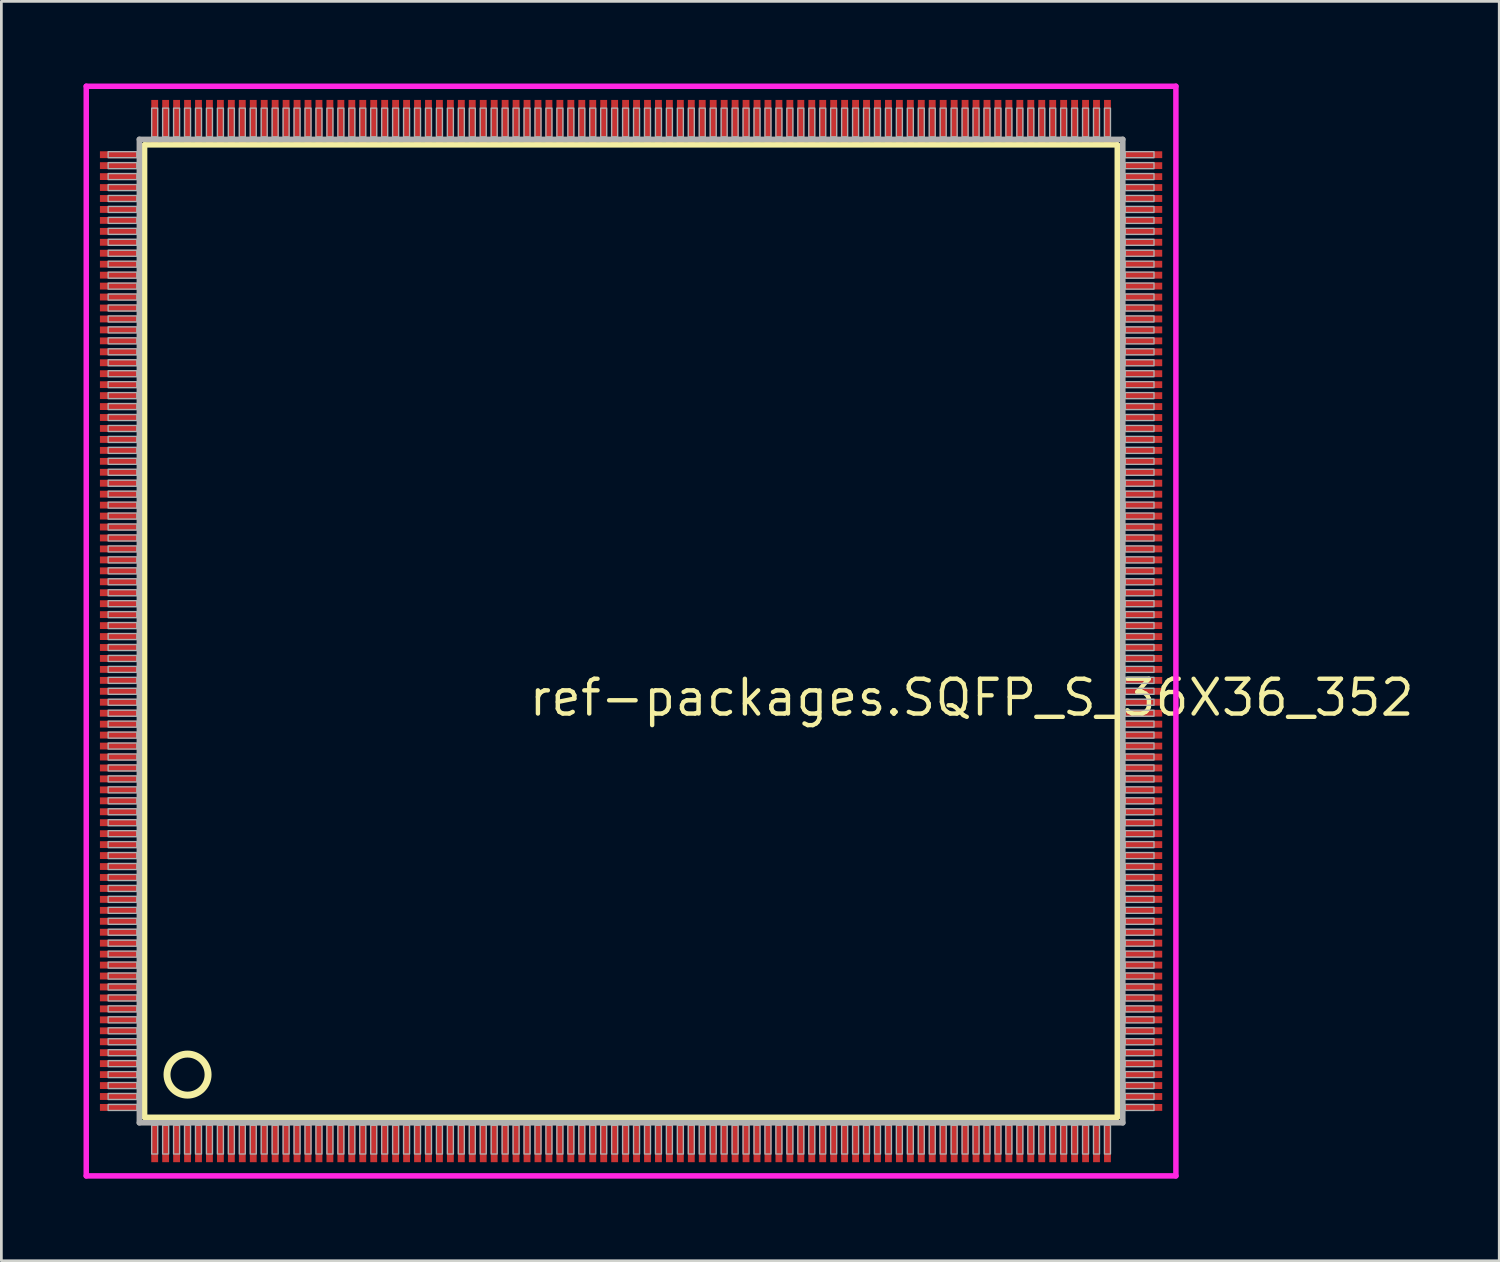
<source format=kicad_pcb>
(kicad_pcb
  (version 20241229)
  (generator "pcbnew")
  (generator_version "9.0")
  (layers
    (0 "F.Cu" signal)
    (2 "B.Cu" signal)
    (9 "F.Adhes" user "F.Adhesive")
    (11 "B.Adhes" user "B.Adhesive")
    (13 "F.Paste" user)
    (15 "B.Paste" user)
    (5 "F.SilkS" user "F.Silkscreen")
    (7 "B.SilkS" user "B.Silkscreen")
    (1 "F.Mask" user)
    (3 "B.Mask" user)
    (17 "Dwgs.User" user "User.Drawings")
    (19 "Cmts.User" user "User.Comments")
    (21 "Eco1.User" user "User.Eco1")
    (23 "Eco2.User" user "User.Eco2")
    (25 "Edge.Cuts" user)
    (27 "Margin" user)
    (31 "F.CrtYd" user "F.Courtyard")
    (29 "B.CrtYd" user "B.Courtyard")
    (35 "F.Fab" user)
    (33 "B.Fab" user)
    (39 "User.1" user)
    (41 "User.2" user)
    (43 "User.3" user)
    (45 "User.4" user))
  (footprint "ref-packages.SQFP_S_36X36_352"
    (layer "F.Cu")
    (at 20 20)
    (property "Reference" "ref-packages.SQFP_S_36X36_352" (at -3.81 3.175 0) (layer "F.SilkS") (effects (font (size 1.27 1.27) (thickness 0.16)) (justify left bottom)))
    (attr smd)
    (fp_line (start -17.77 -17.76) (end 17.76 -17.76) (stroke (width 0.203) (type default)) (layer "F.SilkS"))
    (fp_line (start -17.77 17.76) (end -17.77 -17.76) (stroke (width 0.203) (type default)) (layer "F.SilkS"))
    (fp_line (start 17.76 17.76) (end -17.77 17.76) (stroke (width 0.203) (type default)) (layer "F.SilkS"))
    (fp_line (start 17.76 -17.76) (end 17.76 17.76) (stroke (width 0.203) (type default)) (layer "F.SilkS"))
    (fp_circle (center -16.2 16.2) (end -15.45 16.2) (stroke (width 0.254) (type default)) (fill no) (layer "F.SilkS"))
    (fp_line (start -19.9 -19.9) (end 19.9 -19.9) (stroke (width 0.2) (type default)) (layer "F.CrtYd"))
    (fp_line (start -19.9 19.9) (end -19.9 -19.9) (stroke (width 0.2) (type default)) (layer "F.CrtYd"))
    (fp_line (start 19.9 -19.9) (end 19.9 19.9) (stroke (width 0.2) (type default)) (layer "F.CrtYd"))
    (fp_line (start 19.9 19.9) (end -19.9 19.9) (stroke (width 0.2) (type default)) (layer "F.CrtYd"))
    (fp_line (start -17.96 -17.96) (end -17.96 17.96) (stroke (width 0.203) (type default)) (layer "F.Fab"))
    (fp_line (start -17.96 17.96) (end 17.96 17.96) (stroke (width 0.203) (type default)) (layer "F.Fab"))
    (fp_line (start 17.96 -17.96) (end -17.96 -17.96) (stroke (width 0.203) (type default)) (layer "F.Fab"))
    (fp_line (start 17.96 17.96) (end 17.96 -17.96) (stroke (width 0.203) (type default)) (layer "F.Fab"))
    (fp_rect (start -19.1 -17.29) (end -18.05 -17.51) (stroke (width 0.05) (type default)) (fill no) (layer "F.Fab"))
    (fp_rect (start -19.1 -16.89) (end -18.05 -17.11) (stroke (width 0.05) (type default)) (fill no) (layer "F.Fab"))
    (fp_rect (start -19.1 -16.49) (end -18.05 -16.71) (stroke (width 0.05) (type default)) (fill no) (layer "F.Fab"))
    (fp_rect (start -19.1 -16.09) (end -18.05 -16.31) (stroke (width 0.05) (type default)) (fill no) (layer "F.Fab"))
    (fp_rect (start -19.1 -15.69) (end -18.05 -15.91) (stroke (width 0.05) (type default)) (fill no) (layer "F.Fab"))
    (fp_rect (start -19.1 -15.29) (end -18.05 -15.51) (stroke (width 0.05) (type default)) (fill no) (layer "F.Fab"))
    (fp_rect (start -19.1 -14.89) (end -18.05 -15.11) (stroke (width 0.05) (type default)) (fill no) (layer "F.Fab"))
    (fp_rect (start -19.1 -14.49) (end -18.05 -14.71) (stroke (width 0.05) (type default)) (fill no) (layer "F.Fab"))
    (fp_rect (start -19.1 -14.09) (end -18.05 -14.31) (stroke (width 0.05) (type default)) (fill no) (layer "F.Fab"))
    (fp_rect (start -19.1 -13.69) (end -18.05 -13.91) (stroke (width 0.05) (type default)) (fill no) (layer "F.Fab"))
    (fp_rect (start -19.1 -13.29) (end -18.05 -13.51) (stroke (width 0.05) (type default)) (fill no) (layer "F.Fab"))
    (fp_rect (start -19.1 -12.89) (end -18.05 -13.11) (stroke (width 0.05) (type default)) (fill no) (layer "F.Fab"))
    (fp_rect (start -19.1 -12.49) (end -18.05 -12.71) (stroke (width 0.05) (type default)) (fill no) (layer "F.Fab"))
    (fp_rect (start -19.1 -12.09) (end -18.05 -12.31) (stroke (width 0.05) (type default)) (fill no) (layer "F.Fab"))
    (fp_rect (start -19.1 -11.69) (end -18.05 -11.91) (stroke (width 0.05) (type default)) (fill no) (layer "F.Fab"))
    (fp_rect (start -19.1 -11.29) (end -18.05 -11.51) (stroke (width 0.05) (type default)) (fill no) (layer "F.Fab"))
    (fp_rect (start -19.1 -10.89) (end -18.05 -11.11) (stroke (width 0.05) (type default)) (fill no) (layer "F.Fab"))
    (fp_rect (start -19.1 -10.49) (end -18.05 -10.71) (stroke (width 0.05) (type default)) (fill no) (layer "F.Fab"))
    (fp_rect (start -19.1 -10.09) (end -18.05 -10.31) (stroke (width 0.05) (type default)) (fill no) (layer "F.Fab"))
    (fp_rect (start -19.1 -9.69) (end -18.05 -9.91) (stroke (width 0.05) (type default)) (fill no) (layer "F.Fab"))
    (fp_rect (start -19.1 -9.29) (end -18.05 -9.51) (stroke (width 0.05) (type default)) (fill no) (layer "F.Fab"))
    (fp_rect (start -19.1 -8.89) (end -18.05 -9.11) (stroke (width 0.05) (type default)) (fill no) (layer "F.Fab"))
    (fp_rect (start -19.1 -8.49) (end -18.05 -8.71) (stroke (width 0.05) (type default)) (fill no) (layer "F.Fab"))
    (fp_rect (start -19.1 -8.09) (end -18.05 -8.31) (stroke (width 0.05) (type default)) (fill no) (layer "F.Fab"))
    (fp_rect (start -19.1 -7.69) (end -18.05 -7.91) (stroke (width 0.05) (type default)) (fill no) (layer "F.Fab"))
    (fp_rect (start -19.1 -7.29) (end -18.05 -7.51) (stroke (width 0.05) (type default)) (fill no) (layer "F.Fab"))
    (fp_rect (start -19.1 -6.89) (end -18.05 -7.11) (stroke (width 0.05) (type default)) (fill no) (layer "F.Fab"))
    (fp_rect (start -19.1 -6.49) (end -18.05 -6.71) (stroke (width 0.05) (type default)) (fill no) (layer "F.Fab"))
    (fp_rect (start -19.1 -6.09) (end -18.05 -6.31) (stroke (width 0.05) (type default)) (fill no) (layer "F.Fab"))
    (fp_rect (start -19.1 -5.69) (end -18.05 -5.91) (stroke (width 0.05) (type default)) (fill no) (layer "F.Fab"))
    (fp_rect (start -19.1 -5.29) (end -18.05 -5.51) (stroke (width 0.05) (type default)) (fill no) (layer "F.Fab"))
    (fp_rect (start -19.1 -4.89) (end -18.05 -5.11) (stroke (width 0.05) (type default)) (fill no) (layer "F.Fab"))
    (fp_rect (start -19.1 -4.49) (end -18.05 -4.71) (stroke (width 0.05) (type default)) (fill no) (layer "F.Fab"))
    (fp_rect (start -19.1 -4.09) (end -18.05 -4.31) (stroke (width 0.05) (type default)) (fill no) (layer "F.Fab"))
    (fp_rect (start -19.1 -3.69) (end -18.05 -3.91) (stroke (width 0.05) (type default)) (fill no) (layer "F.Fab"))
    (fp_rect (start -19.1 -3.29) (end -18.05 -3.51) (stroke (width 0.05) (type default)) (fill no) (layer "F.Fab"))
    (fp_rect (start -19.1 -2.89) (end -18.05 -3.11) (stroke (width 0.05) (type default)) (fill no) (layer "F.Fab"))
    (fp_rect (start -19.1 -2.49) (end -18.05 -2.71) (stroke (width 0.05) (type default)) (fill no) (layer "F.Fab"))
    (fp_rect (start -19.1 -2.09) (end -18.05 -2.31) (stroke (width 0.05) (type default)) (fill no) (layer "F.Fab"))
    (fp_rect (start -19.1 -1.69) (end -18.05 -1.91) (stroke (width 0.05) (type default)) (fill no) (layer "F.Fab"))
    (fp_rect (start -19.1 -1.29) (end -18.05 -1.51) (stroke (width 0.05) (type default)) (fill no) (layer "F.Fab"))
    (fp_rect (start -19.1 -0.89) (end -18.05 -1.11) (stroke (width 0.05) (type default)) (fill no) (layer "F.Fab"))
    (fp_rect (start -19.1 -0.49) (end -18.05 -0.71) (stroke (width 0.05) (type default)) (fill no) (layer "F.Fab"))
    (fp_rect (start -19.1 -0.09) (end -18.05 -0.31) (stroke (width 0.05) (type default)) (fill no) (layer "F.Fab"))
    (fp_rect (start -19.1 0.31) (end -18.05 0.09) (stroke (width 0.05) (type default)) (fill no) (layer "F.Fab"))
    (fp_rect (start -19.1 0.71) (end -18.05 0.49) (stroke (width 0.05) (type default)) (fill no) (layer "F.Fab"))
    (fp_rect (start -19.1 1.11) (end -18.05 0.89) (stroke (width 0.05) (type default)) (fill no) (layer "F.Fab"))
    (fp_rect (start -19.1 1.51) (end -18.05 1.29) (stroke (width 0.05) (type default)) (fill no) (layer "F.Fab"))
    (fp_rect (start -19.1 1.91) (end -18.05 1.69) (stroke (width 0.05) (type default)) (fill no) (layer "F.Fab"))
    (fp_rect (start -19.1 2.31) (end -18.05 2.09) (stroke (width 0.05) (type default)) (fill no) (layer "F.Fab"))
    (fp_rect (start -19.1 2.71) (end -18.05 2.49) (stroke (width 0.05) (type default)) (fill no) (layer "F.Fab"))
    (fp_rect (start -19.1 3.11) (end -18.05 2.89) (stroke (width 0.05) (type default)) (fill no) (layer "F.Fab"))
    (fp_rect (start -19.1 3.51) (end -18.05 3.29) (stroke (width 0.05) (type default)) (fill no) (layer "F.Fab"))
    (fp_rect (start -19.1 3.91) (end -18.05 3.69) (stroke (width 0.05) (type default)) (fill no) (layer "F.Fab"))
    (fp_rect (start -19.1 4.31) (end -18.05 4.09) (stroke (width 0.05) (type default)) (fill no) (layer "F.Fab"))
    (fp_rect (start -19.1 4.71) (end -18.05 4.49) (stroke (width 0.05) (type default)) (fill no) (layer "F.Fab"))
    (fp_rect (start -19.1 5.11) (end -18.05 4.89) (stroke (width 0.05) (type default)) (fill no) (layer "F.Fab"))
    (fp_rect (start -19.1 5.51) (end -18.05 5.29) (stroke (width 0.05) (type default)) (fill no) (layer "F.Fab"))
    (fp_rect (start -19.1 5.91) (end -18.05 5.69) (stroke (width 0.05) (type default)) (fill no) (layer "F.Fab"))
    (fp_rect (start -19.1 6.31) (end -18.05 6.09) (stroke (width 0.05) (type default)) (fill no) (layer "F.Fab"))
    (fp_rect (start -19.1 6.71) (end -18.05 6.49) (stroke (width 0.05) (type default)) (fill no) (layer "F.Fab"))
    (fp_rect (start -19.1 7.11) (end -18.05 6.89) (stroke (width 0.05) (type default)) (fill no) (layer "F.Fab"))
    (fp_rect (start -19.1 7.51) (end -18.05 7.29) (stroke (width 0.05) (type default)) (fill no) (layer "F.Fab"))
    (fp_rect (start -19.1 7.91) (end -18.05 7.69) (stroke (width 0.05) (type default)) (fill no) (layer "F.Fab"))
    (fp_rect (start -19.1 8.31) (end -18.05 8.09) (stroke (width 0.05) (type default)) (fill no) (layer "F.Fab"))
    (fp_rect (start -19.1 8.71) (end -18.05 8.49) (stroke (width 0.05) (type default)) (fill no) (layer "F.Fab"))
    (fp_rect (start -19.1 9.11) (end -18.05 8.89) (stroke (width 0.05) (type default)) (fill no) (layer "F.Fab"))
    (fp_rect (start -19.1 9.51) (end -18.05 9.29) (stroke (width 0.05) (type default)) (fill no) (layer "F.Fab"))
    (fp_rect (start -19.1 9.91) (end -18.05 9.69) (stroke (width 0.05) (type default)) (fill no) (layer "F.Fab"))
    (fp_rect (start -19.1 10.31) (end -18.05 10.09) (stroke (width 0.05) (type default)) (fill no) (layer "F.Fab"))
    (fp_rect (start -19.1 10.71) (end -18.05 10.49) (stroke (width 0.05) (type default)) (fill no) (layer "F.Fab"))
    (fp_rect (start -19.1 11.11) (end -18.05 10.89) (stroke (width 0.05) (type default)) (fill no) (layer "F.Fab"))
    (fp_rect (start -19.1 11.51) (end -18.05 11.29) (stroke (width 0.05) (type default)) (fill no) (layer "F.Fab"))
    (fp_rect (start -19.1 11.91) (end -18.05 11.69) (stroke (width 0.05) (type default)) (fill no) (layer "F.Fab"))
    (fp_rect (start -19.1 12.31) (end -18.05 12.09) (stroke (width 0.05) (type default)) (fill no) (layer "F.Fab"))
    (fp_rect (start -19.1 12.71) (end -18.05 12.49) (stroke (width 0.05) (type default)) (fill no) (layer "F.Fab"))
    (fp_rect (start -19.1 13.11) (end -18.05 12.89) (stroke (width 0.05) (type default)) (fill no) (layer "F.Fab"))
    (fp_rect (start -19.1 13.51) (end -18.05 13.29) (stroke (width 0.05) (type default)) (fill no) (layer "F.Fab"))
    (fp_rect (start -19.1 13.91) (end -18.05 13.69) (stroke (width 0.05) (type default)) (fill no) (layer "F.Fab"))
    (fp_rect (start -19.1 14.31) (end -18.05 14.09) (stroke (width 0.05) (type default)) (fill no) (layer "F.Fab"))
    (fp_rect (start -19.1 14.71) (end -18.05 14.49) (stroke (width 0.05) (type default)) (fill no) (layer "F.Fab"))
    (fp_rect (start -19.1 15.11) (end -18.05 14.89) (stroke (width 0.05) (type default)) (fill no) (layer "F.Fab"))
    (fp_rect (start -19.1 15.51) (end -18.05 15.29) (stroke (width 0.05) (type default)) (fill no) (layer "F.Fab"))
    (fp_rect (start -19.1 15.91) (end -18.05 15.69) (stroke (width 0.05) (type default)) (fill no) (layer "F.Fab"))
    (fp_rect (start -19.1 16.31) (end -18.05 16.09) (stroke (width 0.05) (type default)) (fill no) (layer "F.Fab"))
    (fp_rect (start -19.1 16.71) (end -18.05 16.49) (stroke (width 0.05) (type default)) (fill no) (layer "F.Fab"))
    (fp_rect (start -19.1 17.11) (end -18.05 16.89) (stroke (width 0.05) (type default)) (fill no) (layer "F.Fab"))
    (fp_rect (start -19.1 17.51) (end -18.05 17.29) (stroke (width 0.05) (type default)) (fill no) (layer "F.Fab"))
    (fp_rect (start -17.51 -18.05) (end -17.29 -19.1) (stroke (width 0.05) (type default)) (fill no) (layer "F.Fab"))
    (fp_rect (start -17.51 19.1) (end -17.29 18.05) (stroke (width 0.05) (type default)) (fill no) (layer "F.Fab"))
    (fp_rect (start -17.11 -18.05) (end -16.89 -19.1) (stroke (width 0.05) (type default)) (fill no) (layer "F.Fab"))
    (fp_rect (start -17.11 19.1) (end -16.89 18.05) (stroke (width 0.05) (type default)) (fill no) (layer "F.Fab"))
    (fp_rect (start -16.71 -18.05) (end -16.49 -19.1) (stroke (width 0.05) (type default)) (fill no) (layer "F.Fab"))
    (fp_rect (start -16.71 19.1) (end -16.49 18.05) (stroke (width 0.05) (type default)) (fill no) (layer "F.Fab"))
    (fp_rect (start -16.31 -18.05) (end -16.09 -19.1) (stroke (width 0.05) (type default)) (fill no) (layer "F.Fab"))
    (fp_rect (start -16.31 19.1) (end -16.09 18.05) (stroke (width 0.05) (type default)) (fill no) (layer "F.Fab"))
    (fp_rect (start -15.91 -18.05) (end -15.69 -19.1) (stroke (width 0.05) (type default)) (fill no) (layer "F.Fab"))
    (fp_rect (start -15.91 19.1) (end -15.69 18.05) (stroke (width 0.05) (type default)) (fill no) (layer "F.Fab"))
    (fp_rect (start -15.51 -18.05) (end -15.29 -19.1) (stroke (width 0.05) (type default)) (fill no) (layer "F.Fab"))
    (fp_rect (start -15.51 19.1) (end -15.29 18.05) (stroke (width 0.05) (type default)) (fill no) (layer "F.Fab"))
    (fp_rect (start -15.11 -18.05) (end -14.89 -19.1) (stroke (width 0.05) (type default)) (fill no) (layer "F.Fab"))
    (fp_rect (start -15.11 19.1) (end -14.89 18.05) (stroke (width 0.05) (type default)) (fill no) (layer "F.Fab"))
    (fp_rect (start -14.71 -18.05) (end -14.49 -19.1) (stroke (width 0.05) (type default)) (fill no) (layer "F.Fab"))
    (fp_rect (start -14.71 19.1) (end -14.49 18.05) (stroke (width 0.05) (type default)) (fill no) (layer "F.Fab"))
    (fp_rect (start -14.31 -18.05) (end -14.09 -19.1) (stroke (width 0.05) (type default)) (fill no) (layer "F.Fab"))
    (fp_rect (start -14.31 19.1) (end -14.09 18.05) (stroke (width 0.05) (type default)) (fill no) (layer "F.Fab"))
    (fp_rect (start -13.91 -18.05) (end -13.69 -19.1) (stroke (width 0.05) (type default)) (fill no) (layer "F.Fab"))
    (fp_rect (start -13.91 19.1) (end -13.69 18.05) (stroke (width 0.05) (type default)) (fill no) (layer "F.Fab"))
    (fp_rect (start -13.51 -18.05) (end -13.29 -19.1) (stroke (width 0.05) (type default)) (fill no) (layer "F.Fab"))
    (fp_rect (start -13.51 19.1) (end -13.29 18.05) (stroke (width 0.05) (type default)) (fill no) (layer "F.Fab"))
    (fp_rect (start -13.11 -18.05) (end -12.89 -19.1) (stroke (width 0.05) (type default)) (fill no) (layer "F.Fab"))
    (fp_rect (start -13.11 19.1) (end -12.89 18.05) (stroke (width 0.05) (type default)) (fill no) (layer "F.Fab"))
    (fp_rect (start -12.71 -18.05) (end -12.49 -19.1) (stroke (width 0.05) (type default)) (fill no) (layer "F.Fab"))
    (fp_rect (start -12.71 19.1) (end -12.49 18.05) (stroke (width 0.05) (type default)) (fill no) (layer "F.Fab"))
    (fp_rect (start -12.31 -18.05) (end -12.09 -19.1) (stroke (width 0.05) (type default)) (fill no) (layer "F.Fab"))
    (fp_rect (start -12.31 19.1) (end -12.09 18.05) (stroke (width 0.05) (type default)) (fill no) (layer "F.Fab"))
    (fp_rect (start -11.91 -18.05) (end -11.69 -19.1) (stroke (width 0.05) (type default)) (fill no) (layer "F.Fab"))
    (fp_rect (start -11.91 19.1) (end -11.69 18.05) (stroke (width 0.05) (type default)) (fill no) (layer "F.Fab"))
    (fp_rect (start -11.51 -18.05) (end -11.29 -19.1) (stroke (width 0.05) (type default)) (fill no) (layer "F.Fab"))
    (fp_rect (start -11.51 19.1) (end -11.29 18.05) (stroke (width 0.05) (type default)) (fill no) (layer "F.Fab"))
    (fp_rect (start -11.11 -18.05) (end -10.89 -19.1) (stroke (width 0.05) (type default)) (fill no) (layer "F.Fab"))
    (fp_rect (start -11.11 19.1) (end -10.89 18.05) (stroke (width 0.05) (type default)) (fill no) (layer "F.Fab"))
    (fp_rect (start -10.71 -18.05) (end -10.49 -19.1) (stroke (width 0.05) (type default)) (fill no) (layer "F.Fab"))
    (fp_rect (start -10.71 19.1) (end -10.49 18.05) (stroke (width 0.05) (type default)) (fill no) (layer "F.Fab"))
    (fp_rect (start -10.31 -18.05) (end -10.09 -19.1) (stroke (width 0.05) (type default)) (fill no) (layer "F.Fab"))
    (fp_rect (start -10.31 19.1) (end -10.09 18.05) (stroke (width 0.05) (type default)) (fill no) (layer "F.Fab"))
    (fp_rect (start -9.91 -18.05) (end -9.69 -19.1) (stroke (width 0.05) (type default)) (fill no) (layer "F.Fab"))
    (fp_rect (start -9.91 19.1) (end -9.69 18.05) (stroke (width 0.05) (type default)) (fill no) (layer "F.Fab"))
    (fp_rect (start -9.51 -18.05) (end -9.29 -19.1) (stroke (width 0.05) (type default)) (fill no) (layer "F.Fab"))
    (fp_rect (start -9.51 19.1) (end -9.29 18.05) (stroke (width 0.05) (type default)) (fill no) (layer "F.Fab"))
    (fp_rect (start -9.11 -18.05) (end -8.89 -19.1) (stroke (width 0.05) (type default)) (fill no) (layer "F.Fab"))
    (fp_rect (start -9.11 19.1) (end -8.89 18.05) (stroke (width 0.05) (type default)) (fill no) (layer "F.Fab"))
    (fp_rect (start -8.71 -18.05) (end -8.49 -19.1) (stroke (width 0.05) (type default)) (fill no) (layer "F.Fab"))
    (fp_rect (start -8.71 19.1) (end -8.49 18.05) (stroke (width 0.05) (type default)) (fill no) (layer "F.Fab"))
    (fp_rect (start -8.31 -18.05) (end -8.09 -19.1) (stroke (width 0.05) (type default)) (fill no) (layer "F.Fab"))
    (fp_rect (start -8.31 19.1) (end -8.09 18.05) (stroke (width 0.05) (type default)) (fill no) (layer "F.Fab"))
    (fp_rect (start -7.91 -18.05) (end -7.69 -19.1) (stroke (width 0.05) (type default)) (fill no) (layer "F.Fab"))
    (fp_rect (start -7.91 19.1) (end -7.69 18.05) (stroke (width 0.05) (type default)) (fill no) (layer "F.Fab"))
    (fp_rect (start -7.51 -18.05) (end -7.29 -19.1) (stroke (width 0.05) (type default)) (fill no) (layer "F.Fab"))
    (fp_rect (start -7.51 19.1) (end -7.29 18.05) (stroke (width 0.05) (type default)) (fill no) (layer "F.Fab"))
    (fp_rect (start -7.11 -18.05) (end -6.89 -19.1) (stroke (width 0.05) (type default)) (fill no) (layer "F.Fab"))
    (fp_rect (start -7.11 19.1) (end -6.89 18.05) (stroke (width 0.05) (type default)) (fill no) (layer "F.Fab"))
    (fp_rect (start -6.71 -18.05) (end -6.49 -19.1) (stroke (width 0.05) (type default)) (fill no) (layer "F.Fab"))
    (fp_rect (start -6.71 19.1) (end -6.49 18.05) (stroke (width 0.05) (type default)) (fill no) (layer "F.Fab"))
    (fp_rect (start -6.31 -18.05) (end -6.09 -19.1) (stroke (width 0.05) (type default)) (fill no) (layer "F.Fab"))
    (fp_rect (start -6.31 19.1) (end -6.09 18.05) (stroke (width 0.05) (type default)) (fill no) (layer "F.Fab"))
    (fp_rect (start -5.91 -18.05) (end -5.69 -19.1) (stroke (width 0.05) (type default)) (fill no) (layer "F.Fab"))
    (fp_rect (start -5.91 19.1) (end -5.69 18.05) (stroke (width 0.05) (type default)) (fill no) (layer "F.Fab"))
    (fp_rect (start -5.51 -18.05) (end -5.29 -19.1) (stroke (width 0.05) (type default)) (fill no) (layer "F.Fab"))
    (fp_rect (start -5.51 19.1) (end -5.29 18.05) (stroke (width 0.05) (type default)) (fill no) (layer "F.Fab"))
    (fp_rect (start -5.11 -18.05) (end -4.89 -19.1) (stroke (width 0.05) (type default)) (fill no) (layer "F.Fab"))
    (fp_rect (start -5.11 19.1) (end -4.89 18.05) (stroke (width 0.05) (type default)) (fill no) (layer "F.Fab"))
    (fp_rect (start -4.71 -18.05) (end -4.49 -19.1) (stroke (width 0.05) (type default)) (fill no) (layer "F.Fab"))
    (fp_rect (start -4.71 19.1) (end -4.49 18.05) (stroke (width 0.05) (type default)) (fill no) (layer "F.Fab"))
    (fp_rect (start -4.31 -18.05) (end -4.09 -19.1) (stroke (width 0.05) (type default)) (fill no) (layer "F.Fab"))
    (fp_rect (start -4.31 19.1) (end -4.09 18.05) (stroke (width 0.05) (type default)) (fill no) (layer "F.Fab"))
    (fp_rect (start -3.91 -18.05) (end -3.69 -19.1) (stroke (width 0.05) (type default)) (fill no) (layer "F.Fab"))
    (fp_rect (start -3.91 19.1) (end -3.69 18.05) (stroke (width 0.05) (type default)) (fill no) (layer "F.Fab"))
    (fp_rect (start -3.51 -18.05) (end -3.29 -19.1) (stroke (width 0.05) (type default)) (fill no) (layer "F.Fab"))
    (fp_rect (start -3.51 19.1) (end -3.29 18.05) (stroke (width 0.05) (type default)) (fill no) (layer "F.Fab"))
    (fp_rect (start -3.11 -18.05) (end -2.89 -19.1) (stroke (width 0.05) (type default)) (fill no) (layer "F.Fab"))
    (fp_rect (start -3.11 19.1) (end -2.89 18.05) (stroke (width 0.05) (type default)) (fill no) (layer "F.Fab"))
    (fp_rect (start -2.71 -18.05) (end -2.49 -19.1) (stroke (width 0.05) (type default)) (fill no) (layer "F.Fab"))
    (fp_rect (start -2.71 19.1) (end -2.49 18.05) (stroke (width 0.05) (type default)) (fill no) (layer "F.Fab"))
    (fp_rect (start -2.31 -18.05) (end -2.09 -19.1) (stroke (width 0.05) (type default)) (fill no) (layer "F.Fab"))
    (fp_rect (start -2.31 19.1) (end -2.09 18.05) (stroke (width 0.05) (type default)) (fill no) (layer "F.Fab"))
    (fp_rect (start -1.91 -18.05) (end -1.69 -19.1) (stroke (width 0.05) (type default)) (fill no) (layer "F.Fab"))
    (fp_rect (start -1.91 19.1) (end -1.69 18.05) (stroke (width 0.05) (type default)) (fill no) (layer "F.Fab"))
    (fp_rect (start -1.51 -18.05) (end -1.29 -19.1) (stroke (width 0.05) (type default)) (fill no) (layer "F.Fab"))
    (fp_rect (start -1.51 19.1) (end -1.29 18.05) (stroke (width 0.05) (type default)) (fill no) (layer "F.Fab"))
    (fp_rect (start -1.11 -18.05) (end -0.89 -19.1) (stroke (width 0.05) (type default)) (fill no) (layer "F.Fab"))
    (fp_rect (start -1.11 19.1) (end -0.89 18.05) (stroke (width 0.05) (type default)) (fill no) (layer "F.Fab"))
    (fp_rect (start -0.71 -18.05) (end -0.49 -19.1) (stroke (width 0.05) (type default)) (fill no) (layer "F.Fab"))
    (fp_rect (start -0.71 19.1) (end -0.49 18.05) (stroke (width 0.05) (type default)) (fill no) (layer "F.Fab"))
    (fp_rect (start -0.31 -18.05) (end -0.09 -19.1) (stroke (width 0.05) (type default)) (fill no) (layer "F.Fab"))
    (fp_rect (start -0.31 19.1) (end -0.09 18.05) (stroke (width 0.05) (type default)) (fill no) (layer "F.Fab"))
    (fp_rect (start 0.09 -18.05) (end 0.31 -19.1) (stroke (width 0.05) (type default)) (fill no) (layer "F.Fab"))
    (fp_rect (start 0.09 19.1) (end 0.31 18.05) (stroke (width 0.05) (type default)) (fill no) (layer "F.Fab"))
    (fp_rect (start 0.49 -18.05) (end 0.71 -19.1) (stroke (width 0.05) (type default)) (fill no) (layer "F.Fab"))
    (fp_rect (start 0.49 19.1) (end 0.71 18.05) (stroke (width 0.05) (type default)) (fill no) (layer "F.Fab"))
    (fp_rect (start 0.89 -18.05) (end 1.11 -19.1) (stroke (width 0.05) (type default)) (fill no) (layer "F.Fab"))
    (fp_rect (start 0.89 19.1) (end 1.11 18.05) (stroke (width 0.05) (type default)) (fill no) (layer "F.Fab"))
    (fp_rect (start 1.29 -18.05) (end 1.51 -19.1) (stroke (width 0.05) (type default)) (fill no) (layer "F.Fab"))
    (fp_rect (start 1.29 19.1) (end 1.51 18.05) (stroke (width 0.05) (type default)) (fill no) (layer "F.Fab"))
    (fp_rect (start 1.69 -18.05) (end 1.91 -19.1) (stroke (width 0.05) (type default)) (fill no) (layer "F.Fab"))
    (fp_rect (start 1.69 19.1) (end 1.91 18.05) (stroke (width 0.05) (type default)) (fill no) (layer "F.Fab"))
    (fp_rect (start 2.09 -18.05) (end 2.31 -19.1) (stroke (width 0.05) (type default)) (fill no) (layer "F.Fab"))
    (fp_rect (start 2.09 19.1) (end 2.31 18.05) (stroke (width 0.05) (type default)) (fill no) (layer "F.Fab"))
    (fp_rect (start 2.49 -18.05) (end 2.71 -19.1) (stroke (width 0.05) (type default)) (fill no) (layer "F.Fab"))
    (fp_rect (start 2.49 19.1) (end 2.71 18.05) (stroke (width 0.05) (type default)) (fill no) (layer "F.Fab"))
    (fp_rect (start 2.89 -18.05) (end 3.11 -19.1) (stroke (width 0.05) (type default)) (fill no) (layer "F.Fab"))
    (fp_rect (start 2.89 19.1) (end 3.11 18.05) (stroke (width 0.05) (type default)) (fill no) (layer "F.Fab"))
    (fp_rect (start 3.29 -18.05) (end 3.51 -19.1) (stroke (width 0.05) (type default)) (fill no) (layer "F.Fab"))
    (fp_rect (start 3.29 19.1) (end 3.51 18.05) (stroke (width 0.05) (type default)) (fill no) (layer "F.Fab"))
    (fp_rect (start 3.69 -18.05) (end 3.91 -19.1) (stroke (width 0.05) (type default)) (fill no) (layer "F.Fab"))
    (fp_rect (start 3.69 19.1) (end 3.91 18.05) (stroke (width 0.05) (type default)) (fill no) (layer "F.Fab"))
    (fp_rect (start 4.09 -18.05) (end 4.31 -19.1) (stroke (width 0.05) (type default)) (fill no) (layer "F.Fab"))
    (fp_rect (start 4.09 19.1) (end 4.31 18.05) (stroke (width 0.05) (type default)) (fill no) (layer "F.Fab"))
    (fp_rect (start 4.49 -18.05) (end 4.71 -19.1) (stroke (width 0.05) (type default)) (fill no) (layer "F.Fab"))
    (fp_rect (start 4.49 19.1) (end 4.71 18.05) (stroke (width 0.05) (type default)) (fill no) (layer "F.Fab"))
    (fp_rect (start 4.89 -18.05) (end 5.11 -19.1) (stroke (width 0.05) (type default)) (fill no) (layer "F.Fab"))
    (fp_rect (start 4.89 19.1) (end 5.11 18.05) (stroke (width 0.05) (type default)) (fill no) (layer "F.Fab"))
    (fp_rect (start 5.29 -18.05) (end 5.51 -19.1) (stroke (width 0.05) (type default)) (fill no) (layer "F.Fab"))
    (fp_rect (start 5.29 19.1) (end 5.51 18.05) (stroke (width 0.05) (type default)) (fill no) (layer "F.Fab"))
    (fp_rect (start 5.69 -18.05) (end 5.91 -19.1) (stroke (width 0.05) (type default)) (fill no) (layer "F.Fab"))
    (fp_rect (start 5.69 19.1) (end 5.91 18.05) (stroke (width 0.05) (type default)) (fill no) (layer "F.Fab"))
    (fp_rect (start 6.09 -18.05) (end 6.31 -19.1) (stroke (width 0.05) (type default)) (fill no) (layer "F.Fab"))
    (fp_rect (start 6.09 19.1) (end 6.31 18.05) (stroke (width 0.05) (type default)) (fill no) (layer "F.Fab"))
    (fp_rect (start 6.49 -18.05) (end 6.71 -19.1) (stroke (width 0.05) (type default)) (fill no) (layer "F.Fab"))
    (fp_rect (start 6.49 19.1) (end 6.71 18.05) (stroke (width 0.05) (type default)) (fill no) (layer "F.Fab"))
    (fp_rect (start 6.89 -18.05) (end 7.11 -19.1) (stroke (width 0.05) (type default)) (fill no) (layer "F.Fab"))
    (fp_rect (start 6.89 19.1) (end 7.11 18.05) (stroke (width 0.05) (type default)) (fill no) (layer "F.Fab"))
    (fp_rect (start 7.29 -18.05) (end 7.51 -19.1) (stroke (width 0.05) (type default)) (fill no) (layer "F.Fab"))
    (fp_rect (start 7.29 19.1) (end 7.51 18.05) (stroke (width 0.05) (type default)) (fill no) (layer "F.Fab"))
    (fp_rect (start 7.69 -18.05) (end 7.91 -19.1) (stroke (width 0.05) (type default)) (fill no) (layer "F.Fab"))
    (fp_rect (start 7.69 19.1) (end 7.91 18.05) (stroke (width 0.05) (type default)) (fill no) (layer "F.Fab"))
    (fp_rect (start 8.09 -18.05) (end 8.31 -19.1) (stroke (width 0.05) (type default)) (fill no) (layer "F.Fab"))
    (fp_rect (start 8.09 19.1) (end 8.31 18.05) (stroke (width 0.05) (type default)) (fill no) (layer "F.Fab"))
    (fp_rect (start 8.49 -18.05) (end 8.71 -19.1) (stroke (width 0.05) (type default)) (fill no) (layer "F.Fab"))
    (fp_rect (start 8.49 19.1) (end 8.71 18.05) (stroke (width 0.05) (type default)) (fill no) (layer "F.Fab"))
    (fp_rect (start 8.89 -18.05) (end 9.11 -19.1) (stroke (width 0.05) (type default)) (fill no) (layer "F.Fab"))
    (fp_rect (start 8.89 19.1) (end 9.11 18.05) (stroke (width 0.05) (type default)) (fill no) (layer "F.Fab"))
    (fp_rect (start 9.29 -18.05) (end 9.51 -19.1) (stroke (width 0.05) (type default)) (fill no) (layer "F.Fab"))
    (fp_rect (start 9.29 19.1) (end 9.51 18.05) (stroke (width 0.05) (type default)) (fill no) (layer "F.Fab"))
    (fp_rect (start 9.69 -18.05) (end 9.91 -19.1) (stroke (width 0.05) (type default)) (fill no) (layer "F.Fab"))
    (fp_rect (start 9.69 19.1) (end 9.91 18.05) (stroke (width 0.05) (type default)) (fill no) (layer "F.Fab"))
    (fp_rect (start 10.09 -18.05) (end 10.31 -19.1) (stroke (width 0.05) (type default)) (fill no) (layer "F.Fab"))
    (fp_rect (start 10.09 19.1) (end 10.31 18.05) (stroke (width 0.05) (type default)) (fill no) (layer "F.Fab"))
    (fp_rect (start 10.49 -18.05) (end 10.71 -19.1) (stroke (width 0.05) (type default)) (fill no) (layer "F.Fab"))
    (fp_rect (start 10.49 19.1) (end 10.71 18.05) (stroke (width 0.05) (type default)) (fill no) (layer "F.Fab"))
    (fp_rect (start 10.89 -18.05) (end 11.11 -19.1) (stroke (width 0.05) (type default)) (fill no) (layer "F.Fab"))
    (fp_rect (start 10.89 19.1) (end 11.11 18.05) (stroke (width 0.05) (type default)) (fill no) (layer "F.Fab"))
    (fp_rect (start 11.29 -18.05) (end 11.51 -19.1) (stroke (width 0.05) (type default)) (fill no) (layer "F.Fab"))
    (fp_rect (start 11.29 19.1) (end 11.51 18.05) (stroke (width 0.05) (type default)) (fill no) (layer "F.Fab"))
    (fp_rect (start 11.69 -18.05) (end 11.91 -19.1) (stroke (width 0.05) (type default)) (fill no) (layer "F.Fab"))
    (fp_rect (start 11.69 19.1) (end 11.91 18.05) (stroke (width 0.05) (type default)) (fill no) (layer "F.Fab"))
    (fp_rect (start 12.09 -18.05) (end 12.31 -19.1) (stroke (width 0.05) (type default)) (fill no) (layer "F.Fab"))
    (fp_rect (start 12.09 19.1) (end 12.31 18.05) (stroke (width 0.05) (type default)) (fill no) (layer "F.Fab"))
    (fp_rect (start 12.49 -18.05) (end 12.71 -19.1) (stroke (width 0.05) (type default)) (fill no) (layer "F.Fab"))
    (fp_rect (start 12.49 19.1) (end 12.71 18.05) (stroke (width 0.05) (type default)) (fill no) (layer "F.Fab"))
    (fp_rect (start 12.89 -18.05) (end 13.11 -19.1) (stroke (width 0.05) (type default)) (fill no) (layer "F.Fab"))
    (fp_rect (start 12.89 19.1) (end 13.11 18.05) (stroke (width 0.05) (type default)) (fill no) (layer "F.Fab"))
    (fp_rect (start 13.29 -18.05) (end 13.51 -19.1) (stroke (width 0.05) (type default)) (fill no) (layer "F.Fab"))
    (fp_rect (start 13.29 19.1) (end 13.51 18.05) (stroke (width 0.05) (type default)) (fill no) (layer "F.Fab"))
    (fp_rect (start 13.69 -18.05) (end 13.91 -19.1) (stroke (width 0.05) (type default)) (fill no) (layer "F.Fab"))
    (fp_rect (start 13.69 19.1) (end 13.91 18.05) (stroke (width 0.05) (type default)) (fill no) (layer "F.Fab"))
    (fp_rect (start 14.09 -18.05) (end 14.31 -19.1) (stroke (width 0.05) (type default)) (fill no) (layer "F.Fab"))
    (fp_rect (start 14.09 19.1) (end 14.31 18.05) (stroke (width 0.05) (type default)) (fill no) (layer "F.Fab"))
    (fp_rect (start 14.49 -18.05) (end 14.71 -19.1) (stroke (width 0.05) (type default)) (fill no) (layer "F.Fab"))
    (fp_rect (start 14.49 19.1) (end 14.71 18.05) (stroke (width 0.05) (type default)) (fill no) (layer "F.Fab"))
    (fp_rect (start 14.89 -18.05) (end 15.11 -19.1) (stroke (width 0.05) (type default)) (fill no) (layer "F.Fab"))
    (fp_rect (start 14.89 19.1) (end 15.11 18.05) (stroke (width 0.05) (type default)) (fill no) (layer "F.Fab"))
    (fp_rect (start 15.29 -18.05) (end 15.51 -19.1) (stroke (width 0.05) (type default)) (fill no) (layer "F.Fab"))
    (fp_rect (start 15.29 19.1) (end 15.51 18.05) (stroke (width 0.05) (type default)) (fill no) (layer "F.Fab"))
    (fp_rect (start 15.69 -18.05) (end 15.91 -19.1) (stroke (width 0.05) (type default)) (fill no) (layer "F.Fab"))
    (fp_rect (start 15.69 19.1) (end 15.91 18.05) (stroke (width 0.05) (type default)) (fill no) (layer "F.Fab"))
    (fp_rect (start 16.09 -18.05) (end 16.31 -19.1) (stroke (width 0.05) (type default)) (fill no) (layer "F.Fab"))
    (fp_rect (start 16.09 19.1) (end 16.31 18.05) (stroke (width 0.05) (type default)) (fill no) (layer "F.Fab"))
    (fp_rect (start 16.49 -18.05) (end 16.71 -19.1) (stroke (width 0.05) (type default)) (fill no) (layer "F.Fab"))
    (fp_rect (start 16.49 19.1) (end 16.71 18.05) (stroke (width 0.05) (type default)) (fill no) (layer "F.Fab"))
    (fp_rect (start 16.89 -18.05) (end 17.11 -19.1) (stroke (width 0.05) (type default)) (fill no) (layer "F.Fab"))
    (fp_rect (start 16.89 19.1) (end 17.11 18.05) (stroke (width 0.05) (type default)) (fill no) (layer "F.Fab"))
    (fp_rect (start 17.29 -18.05) (end 17.51 -19.1) (stroke (width 0.05) (type default)) (fill no) (layer "F.Fab"))
    (fp_rect (start 17.29 19.1) (end 17.51 18.05) (stroke (width 0.05) (type default)) (fill no) (layer "F.Fab"))
    (fp_rect (start 18.05 -17.29) (end 19.1 -17.51) (stroke (width 0.05) (type default)) (fill no) (layer "F.Fab"))
    (fp_rect (start 18.05 -16.89) (end 19.1 -17.11) (stroke (width 0.05) (type default)) (fill no) (layer "F.Fab"))
    (fp_rect (start 18.05 -16.49) (end 19.1 -16.71) (stroke (width 0.05) (type default)) (fill no) (layer "F.Fab"))
    (fp_rect (start 18.05 -16.09) (end 19.1 -16.31) (stroke (width 0.05) (type default)) (fill no) (layer "F.Fab"))
    (fp_rect (start 18.05 -15.69) (end 19.1 -15.91) (stroke (width 0.05) (type default)) (fill no) (layer "F.Fab"))
    (fp_rect (start 18.05 -15.29) (end 19.1 -15.51) (stroke (width 0.05) (type default)) (fill no) (layer "F.Fab"))
    (fp_rect (start 18.05 -14.89) (end 19.1 -15.11) (stroke (width 0.05) (type default)) (fill no) (layer "F.Fab"))
    (fp_rect (start 18.05 -14.49) (end 19.1 -14.71) (stroke (width 0.05) (type default)) (fill no) (layer "F.Fab"))
    (fp_rect (start 18.05 -14.09) (end 19.1 -14.31) (stroke (width 0.05) (type default)) (fill no) (layer "F.Fab"))
    (fp_rect (start 18.05 -13.69) (end 19.1 -13.91) (stroke (width 0.05) (type default)) (fill no) (layer "F.Fab"))
    (fp_rect (start 18.05 -13.29) (end 19.1 -13.51) (stroke (width 0.05) (type default)) (fill no) (layer "F.Fab"))
    (fp_rect (start 18.05 -12.89) (end 19.1 -13.11) (stroke (width 0.05) (type default)) (fill no) (layer "F.Fab"))
    (fp_rect (start 18.05 -12.49) (end 19.1 -12.71) (stroke (width 0.05) (type default)) (fill no) (layer "F.Fab"))
    (fp_rect (start 18.05 -12.09) (end 19.1 -12.31) (stroke (width 0.05) (type default)) (fill no) (layer "F.Fab"))
    (fp_rect (start 18.05 -11.69) (end 19.1 -11.91) (stroke (width 0.05) (type default)) (fill no) (layer "F.Fab"))
    (fp_rect (start 18.05 -11.29) (end 19.1 -11.51) (stroke (width 0.05) (type default)) (fill no) (layer "F.Fab"))
    (fp_rect (start 18.05 -10.89) (end 19.1 -11.11) (stroke (width 0.05) (type default)) (fill no) (layer "F.Fab"))
    (fp_rect (start 18.05 -10.49) (end 19.1 -10.71) (stroke (width 0.05) (type default)) (fill no) (layer "F.Fab"))
    (fp_rect (start 18.05 -10.09) (end 19.1 -10.31) (stroke (width 0.05) (type default)) (fill no) (layer "F.Fab"))
    (fp_rect (start 18.05 -9.69) (end 19.1 -9.91) (stroke (width 0.05) (type default)) (fill no) (layer "F.Fab"))
    (fp_rect (start 18.05 -9.29) (end 19.1 -9.51) (stroke (width 0.05) (type default)) (fill no) (layer "F.Fab"))
    (fp_rect (start 18.05 -8.89) (end 19.1 -9.11) (stroke (width 0.05) (type default)) (fill no) (layer "F.Fab"))
    (fp_rect (start 18.05 -8.49) (end 19.1 -8.71) (stroke (width 0.05) (type default)) (fill no) (layer "F.Fab"))
    (fp_rect (start 18.05 -8.09) (end 19.1 -8.31) (stroke (width 0.05) (type default)) (fill no) (layer "F.Fab"))
    (fp_rect (start 18.05 -7.69) (end 19.1 -7.91) (stroke (width 0.05) (type default)) (fill no) (layer "F.Fab"))
    (fp_rect (start 18.05 -7.29) (end 19.1 -7.51) (stroke (width 0.05) (type default)) (fill no) (layer "F.Fab"))
    (fp_rect (start 18.05 -6.89) (end 19.1 -7.11) (stroke (width 0.05) (type default)) (fill no) (layer "F.Fab"))
    (fp_rect (start 18.05 -6.49) (end 19.1 -6.71) (stroke (width 0.05) (type default)) (fill no) (layer "F.Fab"))
    (fp_rect (start 18.05 -6.09) (end 19.1 -6.31) (stroke (width 0.05) (type default)) (fill no) (layer "F.Fab"))
    (fp_rect (start 18.05 -5.69) (end 19.1 -5.91) (stroke (width 0.05) (type default)) (fill no) (layer "F.Fab"))
    (fp_rect (start 18.05 -5.29) (end 19.1 -5.51) (stroke (width 0.05) (type default)) (fill no) (layer "F.Fab"))
    (fp_rect (start 18.05 -4.89) (end 19.1 -5.11) (stroke (width 0.05) (type default)) (fill no) (layer "F.Fab"))
    (fp_rect (start 18.05 -4.49) (end 19.1 -4.71) (stroke (width 0.05) (type default)) (fill no) (layer "F.Fab"))
    (fp_rect (start 18.05 -4.09) (end 19.1 -4.31) (stroke (width 0.05) (type default)) (fill no) (layer "F.Fab"))
    (fp_rect (start 18.05 -3.69) (end 19.1 -3.91) (stroke (width 0.05) (type default)) (fill no) (layer "F.Fab"))
    (fp_rect (start 18.05 -3.29) (end 19.1 -3.51) (stroke (width 0.05) (type default)) (fill no) (layer "F.Fab"))
    (fp_rect (start 18.05 -2.89) (end 19.1 -3.11) (stroke (width 0.05) (type default)) (fill no) (layer "F.Fab"))
    (fp_rect (start 18.05 -2.49) (end 19.1 -2.71) (stroke (width 0.05) (type default)) (fill no) (layer "F.Fab"))
    (fp_rect (start 18.05 -2.09) (end 19.1 -2.31) (stroke (width 0.05) (type default)) (fill no) (layer "F.Fab"))
    (fp_rect (start 18.05 -1.69) (end 19.1 -1.91) (stroke (width 0.05) (type default)) (fill no) (layer "F.Fab"))
    (fp_rect (start 18.05 -1.29) (end 19.1 -1.51) (stroke (width 0.05) (type default)) (fill no) (layer "F.Fab"))
    (fp_rect (start 18.05 -0.89) (end 19.1 -1.11) (stroke (width 0.05) (type default)) (fill no) (layer "F.Fab"))
    (fp_rect (start 18.05 -0.49) (end 19.1 -0.71) (stroke (width 0.05) (type default)) (fill no) (layer "F.Fab"))
    (fp_rect (start 18.05 -0.09) (end 19.1 -0.31) (stroke (width 0.05) (type default)) (fill no) (layer "F.Fab"))
    (fp_rect (start 18.05 0.31) (end 19.1 0.09) (stroke (width 0.05) (type default)) (fill no) (layer "F.Fab"))
    (fp_rect (start 18.05 0.71) (end 19.1 0.49) (stroke (width 0.05) (type default)) (fill no) (layer "F.Fab"))
    (fp_rect (start 18.05 1.11) (end 19.1 0.89) (stroke (width 0.05) (type default)) (fill no) (layer "F.Fab"))
    (fp_rect (start 18.05 1.51) (end 19.1 1.29) (stroke (width 0.05) (type default)) (fill no) (layer "F.Fab"))
    (fp_rect (start 18.05 1.91) (end 19.1 1.69) (stroke (width 0.05) (type default)) (fill no) (layer "F.Fab"))
    (fp_rect (start 18.05 2.31) (end 19.1 2.09) (stroke (width 0.05) (type default)) (fill no) (layer "F.Fab"))
    (fp_rect (start 18.05 2.71) (end 19.1 2.49) (stroke (width 0.05) (type default)) (fill no) (layer "F.Fab"))
    (fp_rect (start 18.05 3.11) (end 19.1 2.89) (stroke (width 0.05) (type default)) (fill no) (layer "F.Fab"))
    (fp_rect (start 18.05 3.51) (end 19.1 3.29) (stroke (width 0.05) (type default)) (fill no) (layer "F.Fab"))
    (fp_rect (start 18.05 3.91) (end 19.1 3.69) (stroke (width 0.05) (type default)) (fill no) (layer "F.Fab"))
    (fp_rect (start 18.05 4.31) (end 19.1 4.09) (stroke (width 0.05) (type default)) (fill no) (layer "F.Fab"))
    (fp_rect (start 18.05 4.71) (end 19.1 4.49) (stroke (width 0.05) (type default)) (fill no) (layer "F.Fab"))
    (fp_rect (start 18.05 5.11) (end 19.1 4.89) (stroke (width 0.05) (type default)) (fill no) (layer "F.Fab"))
    (fp_rect (start 18.05 5.51) (end 19.1 5.29) (stroke (width 0.05) (type default)) (fill no) (layer "F.Fab"))
    (fp_rect (start 18.05 5.91) (end 19.1 5.69) (stroke (width 0.05) (type default)) (fill no) (layer "F.Fab"))
    (fp_rect (start 18.05 6.31) (end 19.1 6.09) (stroke (width 0.05) (type default)) (fill no) (layer "F.Fab"))
    (fp_rect (start 18.05 6.71) (end 19.1 6.49) (stroke (width 0.05) (type default)) (fill no) (layer "F.Fab"))
    (fp_rect (start 18.05 7.11) (end 19.1 6.89) (stroke (width 0.05) (type default)) (fill no) (layer "F.Fab"))
    (fp_rect (start 18.05 7.51) (end 19.1 7.29) (stroke (width 0.05) (type default)) (fill no) (layer "F.Fab"))
    (fp_rect (start 18.05 7.91) (end 19.1 7.69) (stroke (width 0.05) (type default)) (fill no) (layer "F.Fab"))
    (fp_rect (start 18.05 8.31) (end 19.1 8.09) (stroke (width 0.05) (type default)) (fill no) (layer "F.Fab"))
    (fp_rect (start 18.05 8.71) (end 19.1 8.49) (stroke (width 0.05) (type default)) (fill no) (layer "F.Fab"))
    (fp_rect (start 18.05 9.11) (end 19.1 8.89) (stroke (width 0.05) (type default)) (fill no) (layer "F.Fab"))
    (fp_rect (start 18.05 9.51) (end 19.1 9.29) (stroke (width 0.05) (type default)) (fill no) (layer "F.Fab"))
    (fp_rect (start 18.05 9.91) (end 19.1 9.69) (stroke (width 0.05) (type default)) (fill no) (layer "F.Fab"))
    (fp_rect (start 18.05 10.31) (end 19.1 10.09) (stroke (width 0.05) (type default)) (fill no) (layer "F.Fab"))
    (fp_rect (start 18.05 10.71) (end 19.1 10.49) (stroke (width 0.05) (type default)) (fill no) (layer "F.Fab"))
    (fp_rect (start 18.05 11.11) (end 19.1 10.89) (stroke (width 0.05) (type default)) (fill no) (layer "F.Fab"))
    (fp_rect (start 18.05 11.51) (end 19.1 11.29) (stroke (width 0.05) (type default)) (fill no) (layer "F.Fab"))
    (fp_rect (start 18.05 11.91) (end 19.1 11.69) (stroke (width 0.05) (type default)) (fill no) (layer "F.Fab"))
    (fp_rect (start 18.05 12.31) (end 19.1 12.09) (stroke (width 0.05) (type default)) (fill no) (layer "F.Fab"))
    (fp_rect (start 18.05 12.71) (end 19.1 12.49) (stroke (width 0.05) (type default)) (fill no) (layer "F.Fab"))
    (fp_rect (start 18.05 13.11) (end 19.1 12.89) (stroke (width 0.05) (type default)) (fill no) (layer "F.Fab"))
    (fp_rect (start 18.05 13.51) (end 19.1 13.29) (stroke (width 0.05) (type default)) (fill no) (layer "F.Fab"))
    (fp_rect (start 18.05 13.91) (end 19.1 13.69) (stroke (width 0.05) (type default)) (fill no) (layer "F.Fab"))
    (fp_rect (start 18.05 14.31) (end 19.1 14.09) (stroke (width 0.05) (type default)) (fill no) (layer "F.Fab"))
    (fp_rect (start 18.05 14.71) (end 19.1 14.49) (stroke (width 0.05) (type default)) (fill no) (layer "F.Fab"))
    (fp_rect (start 18.05 15.11) (end 19.1 14.89) (stroke (width 0.05) (type default)) (fill no) (layer "F.Fab"))
    (fp_rect (start 18.05 15.51) (end 19.1 15.29) (stroke (width 0.05) (type default)) (fill no) (layer "F.Fab"))
    (fp_rect (start 18.05 15.91) (end 19.1 15.69) (stroke (width 0.05) (type default)) (fill no) (layer "F.Fab"))
    (fp_rect (start 18.05 16.31) (end 19.1 16.09) (stroke (width 0.05) (type default)) (fill no) (layer "F.Fab"))
    (fp_rect (start 18.05 16.71) (end 19.1 16.49) (stroke (width 0.05) (type default)) (fill no) (layer "F.Fab"))
    (fp_rect (start 18.05 17.11) (end 19.1 16.89) (stroke (width 0.05) (type default)) (fill no) (layer "F.Fab"))
    (fp_rect (start 18.05 17.51) (end 19.1 17.29) (stroke (width 0.05) (type default)) (fill no) (layer "F.Fab"))
    (pad "1" smd roundrect (at -17.4 18.6) (size 0.25 1.6) (layers "F.Cu" "F.Mask" "F.Paste") (roundrect_rratio 0.01))
    (pad "2" smd roundrect (at -17 18.6) (size 0.25 1.6) (layers "F.Cu" "F.Mask" "F.Paste") (roundrect_rratio 0.01))
    (pad "3" smd roundrect (at -16.6 18.6) (size 0.25 1.6) (layers "F.Cu" "F.Mask" "F.Paste") (roundrect_rratio 0.01))
    (pad "4" smd roundrect (at -16.2 18.6) (size 0.25 1.6) (layers "F.Cu" "F.Mask" "F.Paste") (roundrect_rratio 0.01))
    (pad "5" smd roundrect (at -15.8 18.6) (size 0.25 1.6) (layers "F.Cu" "F.Mask" "F.Paste") (roundrect_rratio 0.01))
    (pad "6" smd roundrect (at -15.4 18.6) (size 0.25 1.6) (layers "F.Cu" "F.Mask" "F.Paste") (roundrect_rratio 0.01))
    (pad "7" smd roundrect (at -15 18.6) (size 0.25 1.6) (layers "F.Cu" "F.Mask" "F.Paste") (roundrect_rratio 0.01))
    (pad "8" smd roundrect (at -14.6 18.6) (size 0.25 1.6) (layers "F.Cu" "F.Mask" "F.Paste") (roundrect_rratio 0.01))
    (pad "9" smd roundrect (at -14.2 18.6) (size 0.25 1.6) (layers "F.Cu" "F.Mask" "F.Paste") (roundrect_rratio 0.01))
    (pad "10" smd roundrect (at -13.8 18.6) (size 0.25 1.6) (layers "F.Cu" "F.Mask" "F.Paste") (roundrect_rratio 0.01))
    (pad "11" smd roundrect (at -13.4 18.6) (size 0.25 1.6) (layers "F.Cu" "F.Mask" "F.Paste") (roundrect_rratio 0.01))
    (pad "12" smd roundrect (at -13 18.6) (size 0.25 1.6) (layers "F.Cu" "F.Mask" "F.Paste") (roundrect_rratio 0.01))
    (pad "13" smd roundrect (at -12.6 18.6) (size 0.25 1.6) (layers "F.Cu" "F.Mask" "F.Paste") (roundrect_rratio 0.01))
    (pad "14" smd roundrect (at -12.2 18.6) (size 0.25 1.6) (layers "F.Cu" "F.Mask" "F.Paste") (roundrect_rratio 0.01))
    (pad "15" smd roundrect (at -11.8 18.6) (size 0.25 1.6) (layers "F.Cu" "F.Mask" "F.Paste") (roundrect_rratio 0.01))
    (pad "16" smd roundrect (at -11.4 18.6) (size 0.25 1.6) (layers "F.Cu" "F.Mask" "F.Paste") (roundrect_rratio 0.01))
    (pad "17" smd roundrect (at -11 18.6) (size 0.25 1.6) (layers "F.Cu" "F.Mask" "F.Paste") (roundrect_rratio 0.01))
    (pad "18" smd roundrect (at -10.6 18.6) (size 0.25 1.6) (layers "F.Cu" "F.Mask" "F.Paste") (roundrect_rratio 0.01))
    (pad "19" smd roundrect (at -10.2 18.6) (size 0.25 1.6) (layers "F.Cu" "F.Mask" "F.Paste") (roundrect_rratio 0.01))
    (pad "20" smd roundrect (at -9.8 18.6) (size 0.25 1.6) (layers "F.Cu" "F.Mask" "F.Paste") (roundrect_rratio 0.01))
    (pad "21" smd roundrect (at -9.4 18.6) (size 0.25 1.6) (layers "F.Cu" "F.Mask" "F.Paste") (roundrect_rratio 0.01))
    (pad "22" smd roundrect (at -9 18.6) (size 0.25 1.6) (layers "F.Cu" "F.Mask" "F.Paste") (roundrect_rratio 0.01))
    (pad "23" smd roundrect (at -8.6 18.6) (size 0.25 1.6) (layers "F.Cu" "F.Mask" "F.Paste") (roundrect_rratio 0.01))
    (pad "24" smd roundrect (at -8.2 18.6) (size 0.25 1.6) (layers "F.Cu" "F.Mask" "F.Paste") (roundrect_rratio 0.01))
    (pad "25" smd roundrect (at -7.8 18.6) (size 0.25 1.6) (layers "F.Cu" "F.Mask" "F.Paste") (roundrect_rratio 0.01))
    (pad "26" smd roundrect (at -7.4 18.6) (size 0.25 1.6) (layers "F.Cu" "F.Mask" "F.Paste") (roundrect_rratio 0.01))
    (pad "27" smd roundrect (at -7 18.6) (size 0.25 1.6) (layers "F.Cu" "F.Mask" "F.Paste") (roundrect_rratio 0.01))
    (pad "28" smd roundrect (at -6.6 18.6) (size 0.25 1.6) (layers "F.Cu" "F.Mask" "F.Paste") (roundrect_rratio 0.01))
    (pad "29" smd roundrect (at -6.2 18.6) (size 0.25 1.6) (layers "F.Cu" "F.Mask" "F.Paste") (roundrect_rratio 0.01))
    (pad "30" smd roundrect (at -5.8 18.6) (size 0.25 1.6) (layers "F.Cu" "F.Mask" "F.Paste") (roundrect_rratio 0.01))
    (pad "31" smd roundrect (at -5.4 18.6) (size 0.25 1.6) (layers "F.Cu" "F.Mask" "F.Paste") (roundrect_rratio 0.01))
    (pad "32" smd roundrect (at -5 18.6) (size 0.25 1.6) (layers "F.Cu" "F.Mask" "F.Paste") (roundrect_rratio 0.01))
    (pad "33" smd roundrect (at -4.6 18.6) (size 0.25 1.6) (layers "F.Cu" "F.Mask" "F.Paste") (roundrect_rratio 0.01))
    (pad "34" smd roundrect (at -4.2 18.6) (size 0.25 1.6) (layers "F.Cu" "F.Mask" "F.Paste") (roundrect_rratio 0.01))
    (pad "35" smd roundrect (at -3.8 18.6) (size 0.25 1.6) (layers "F.Cu" "F.Mask" "F.Paste") (roundrect_rratio 0.01))
    (pad "36" smd roundrect (at -3.4 18.6) (size 0.25 1.6) (layers "F.Cu" "F.Mask" "F.Paste") (roundrect_rratio 0.01))
    (pad "37" smd roundrect (at -3 18.6) (size 0.25 1.6) (layers "F.Cu" "F.Mask" "F.Paste") (roundrect_rratio 0.01))
    (pad "38" smd roundrect (at -2.6 18.6) (size 0.25 1.6) (layers "F.Cu" "F.Mask" "F.Paste") (roundrect_rratio 0.01))
    (pad "39" smd roundrect (at -2.2 18.6) (size 0.25 1.6) (layers "F.Cu" "F.Mask" "F.Paste") (roundrect_rratio 0.01))
    (pad "40" smd roundrect (at -1.8 18.6) (size 0.25 1.6) (layers "F.Cu" "F.Mask" "F.Paste") (roundrect_rratio 0.01))
    (pad "41" smd roundrect (at -1.4 18.6) (size 0.25 1.6) (layers "F.Cu" "F.Mask" "F.Paste") (roundrect_rratio 0.01))
    (pad "42" smd roundrect (at -1 18.6) (size 0.25 1.6) (layers "F.Cu" "F.Mask" "F.Paste") (roundrect_rratio 0.01))
    (pad "43" smd roundrect (at -0.6 18.6) (size 0.25 1.6) (layers "F.Cu" "F.Mask" "F.Paste") (roundrect_rratio 0.01))
    (pad "44" smd roundrect (at -0.2 18.6) (size 0.25 1.6) (layers "F.Cu" "F.Mask" "F.Paste") (roundrect_rratio 0.01))
    (pad "45" smd roundrect (at 0.2 18.6) (size 0.25 1.6) (layers "F.Cu" "F.Mask" "F.Paste") (roundrect_rratio 0.01))
    (pad "46" smd roundrect (at 0.6 18.6) (size 0.25 1.6) (layers "F.Cu" "F.Mask" "F.Paste") (roundrect_rratio 0.01))
    (pad "47" smd roundrect (at 1 18.6) (size 0.25 1.6) (layers "F.Cu" "F.Mask" "F.Paste") (roundrect_rratio 0.01))
    (pad "48" smd roundrect (at 1.4 18.6) (size 0.25 1.6) (layers "F.Cu" "F.Mask" "F.Paste") (roundrect_rratio 0.01))
    (pad "49" smd roundrect (at 1.8 18.6) (size 0.25 1.6) (layers "F.Cu" "F.Mask" "F.Paste") (roundrect_rratio 0.01))
    (pad "50" smd roundrect (at 2.2 18.6) (size 0.25 1.6) (layers "F.Cu" "F.Mask" "F.Paste") (roundrect_rratio 0.01))
    (pad "51" smd roundrect (at 2.6 18.6) (size 0.25 1.6) (layers "F.Cu" "F.Mask" "F.Paste") (roundrect_rratio 0.01))
    (pad "52" smd roundrect (at 3 18.6) (size 0.25 1.6) (layers "F.Cu" "F.Mask" "F.Paste") (roundrect_rratio 0.01))
    (pad "53" smd roundrect (at 3.4 18.6) (size 0.25 1.6) (layers "F.Cu" "F.Mask" "F.Paste") (roundrect_rratio 0.01))
    (pad "54" smd roundrect (at 3.8 18.6) (size 0.25 1.6) (layers "F.Cu" "F.Mask" "F.Paste") (roundrect_rratio 0.01))
    (pad "55" smd roundrect (at 4.2 18.6) (size 0.25 1.6) (layers "F.Cu" "F.Mask" "F.Paste") (roundrect_rratio 0.01))
    (pad "56" smd roundrect (at 4.6 18.6) (size 0.25 1.6) (layers "F.Cu" "F.Mask" "F.Paste") (roundrect_rratio 0.01))
    (pad "57" smd roundrect (at 5 18.6) (size 0.25 1.6) (layers "F.Cu" "F.Mask" "F.Paste") (roundrect_rratio 0.01))
    (pad "58" smd roundrect (at 5.4 18.6) (size 0.25 1.6) (layers "F.Cu" "F.Mask" "F.Paste") (roundrect_rratio 0.01))
    (pad "59" smd roundrect (at 5.8 18.6) (size 0.25 1.6) (layers "F.Cu" "F.Mask" "F.Paste") (roundrect_rratio 0.01))
    (pad "60" smd roundrect (at 6.2 18.6) (size 0.25 1.6) (layers "F.Cu" "F.Mask" "F.Paste") (roundrect_rratio 0.01))
    (pad "61" smd roundrect (at 6.6 18.6) (size 0.25 1.6) (layers "F.Cu" "F.Mask" "F.Paste") (roundrect_rratio 0.01))
    (pad "62" smd roundrect (at 7 18.6) (size 0.25 1.6) (layers "F.Cu" "F.Mask" "F.Paste") (roundrect_rratio 0.01))
    (pad "63" smd roundrect (at 7.4 18.6) (size 0.25 1.6) (layers "F.Cu" "F.Mask" "F.Paste") (roundrect_rratio 0.01))
    (pad "64" smd roundrect (at 7.8 18.6) (size 0.25 1.6) (layers "F.Cu" "F.Mask" "F.Paste") (roundrect_rratio 0.01))
    (pad "65" smd roundrect (at 8.2 18.6) (size 0.25 1.6) (layers "F.Cu" "F.Mask" "F.Paste") (roundrect_rratio 0.01))
    (pad "66" smd roundrect (at 8.6 18.6) (size 0.25 1.6) (layers "F.Cu" "F.Mask" "F.Paste") (roundrect_rratio 0.01))
    (pad "67" smd roundrect (at 9 18.6) (size 0.25 1.6) (layers "F.Cu" "F.Mask" "F.Paste") (roundrect_rratio 0.01))
    (pad "68" smd roundrect (at 9.4 18.6) (size 0.25 1.6) (layers "F.Cu" "F.Mask" "F.Paste") (roundrect_rratio 0.01))
    (pad "69" smd roundrect (at 9.8 18.6) (size 0.25 1.6) (layers "F.Cu" "F.Mask" "F.Paste") (roundrect_rratio 0.01))
    (pad "70" smd roundrect (at 10.2 18.6) (size 0.25 1.6) (layers "F.Cu" "F.Mask" "F.Paste") (roundrect_rratio 0.01))
    (pad "71" smd roundrect (at 10.6 18.6) (size 0.25 1.6) (layers "F.Cu" "F.Mask" "F.Paste") (roundrect_rratio 0.01))
    (pad "72" smd roundrect (at 11 18.6) (size 0.25 1.6) (layers "F.Cu" "F.Mask" "F.Paste") (roundrect_rratio 0.01))
    (pad "73" smd roundrect (at 11.4 18.6) (size 0.25 1.6) (layers "F.Cu" "F.Mask" "F.Paste") (roundrect_rratio 0.01))
    (pad "74" smd roundrect (at 11.8 18.6) (size 0.25 1.6) (layers "F.Cu" "F.Mask" "F.Paste") (roundrect_rratio 0.01))
    (pad "75" smd roundrect (at 12.2 18.6) (size 0.25 1.6) (layers "F.Cu" "F.Mask" "F.Paste") (roundrect_rratio 0.01))
    (pad "76" smd roundrect (at 12.6 18.6) (size 0.25 1.6) (layers "F.Cu" "F.Mask" "F.Paste") (roundrect_rratio 0.01))
    (pad "77" smd roundrect (at 13 18.6) (size 0.25 1.6) (layers "F.Cu" "F.Mask" "F.Paste") (roundrect_rratio 0.01))
    (pad "78" smd roundrect (at 13.4 18.6) (size 0.25 1.6) (layers "F.Cu" "F.Mask" "F.Paste") (roundrect_rratio 0.01))
    (pad "79" smd roundrect (at 13.8 18.6) (size 0.25 1.6) (layers "F.Cu" "F.Mask" "F.Paste") (roundrect_rratio 0.01))
    (pad "80" smd roundrect (at 14.2 18.6) (size 0.25 1.6) (layers "F.Cu" "F.Mask" "F.Paste") (roundrect_rratio 0.01))
    (pad "81" smd roundrect (at 14.6 18.6) (size 0.25 1.6) (layers "F.Cu" "F.Mask" "F.Paste") (roundrect_rratio 0.01))
    (pad "82" smd roundrect (at 15 18.6) (size 0.25 1.6) (layers "F.Cu" "F.Mask" "F.Paste") (roundrect_rratio 0.01))
    (pad "83" smd roundrect (at 15.4 18.6) (size 0.25 1.6) (layers "F.Cu" "F.Mask" "F.Paste") (roundrect_rratio 0.01))
    (pad "84" smd roundrect (at 15.8 18.6) (size 0.25 1.6) (layers "F.Cu" "F.Mask" "F.Paste") (roundrect_rratio 0.01))
    (pad "85" smd roundrect (at 16.2 18.6) (size 0.25 1.6) (layers "F.Cu" "F.Mask" "F.Paste") (roundrect_rratio 0.01))
    (pad "86" smd roundrect (at 16.6 18.6) (size 0.25 1.6) (layers "F.Cu" "F.Mask" "F.Paste") (roundrect_rratio 0.01))
    (pad "87" smd roundrect (at 17 18.6) (size 0.25 1.6) (layers "F.Cu" "F.Mask" "F.Paste") (roundrect_rratio 0.01))
    (pad "88" smd roundrect (at 17.4 18.6) (size 0.25 1.6) (layers "F.Cu" "F.Mask" "F.Paste") (roundrect_rratio 0.01))
    (pad "89" smd roundrect (at 18.6 17.4) (size 1.6 0.25) (layers "F.Cu" "F.Mask" "F.Paste") (roundrect_rratio 0.01))
    (pad "90" smd roundrect (at 18.6 17) (size 1.6 0.25) (layers "F.Cu" "F.Mask" "F.Paste") (roundrect_rratio 0.01))
    (pad "91" smd roundrect (at 18.6 16.6) (size 1.6 0.25) (layers "F.Cu" "F.Mask" "F.Paste") (roundrect_rratio 0.01))
    (pad "92" smd roundrect (at 18.6 16.2) (size 1.6 0.25) (layers "F.Cu" "F.Mask" "F.Paste") (roundrect_rratio 0.01))
    (pad "93" smd roundrect (at 18.6 15.8) (size 1.6 0.25) (layers "F.Cu" "F.Mask" "F.Paste") (roundrect_rratio 0.01))
    (pad "94" smd roundrect (at 18.6 15.4) (size 1.6 0.25) (layers "F.Cu" "F.Mask" "F.Paste") (roundrect_rratio 0.01))
    (pad "95" smd roundrect (at 18.6 15) (size 1.6 0.25) (layers "F.Cu" "F.Mask" "F.Paste") (roundrect_rratio 0.01))
    (pad "96" smd roundrect (at 18.6 14.6) (size 1.6 0.25) (layers "F.Cu" "F.Mask" "F.Paste") (roundrect_rratio 0.01))
    (pad "97" smd roundrect (at 18.6 14.2) (size 1.6 0.25) (layers "F.Cu" "F.Mask" "F.Paste") (roundrect_rratio 0.01))
    (pad "98" smd roundrect (at 18.6 13.8) (size 1.6 0.25) (layers "F.Cu" "F.Mask" "F.Paste") (roundrect_rratio 0.01))
    (pad "99" smd roundrect (at 18.6 13.4) (size 1.6 0.25) (layers "F.Cu" "F.Mask" "F.Paste") (roundrect_rratio 0.01))
    (pad "100" smd roundrect (at 18.6 13) (size 1.6 0.25) (layers "F.Cu" "F.Mask" "F.Paste") (roundrect_rratio 0.01))
    (pad "101" smd roundrect (at 18.6 12.6) (size 1.6 0.25) (layers "F.Cu" "F.Mask" "F.Paste") (roundrect_rratio 0.01))
    (pad "102" smd roundrect (at 18.6 12.2) (size 1.6 0.25) (layers "F.Cu" "F.Mask" "F.Paste") (roundrect_rratio 0.01))
    (pad "103" smd roundrect (at 18.6 11.8) (size 1.6 0.25) (layers "F.Cu" "F.Mask" "F.Paste") (roundrect_rratio 0.01))
    (pad "104" smd roundrect (at 18.6 11.4) (size 1.6 0.25) (layers "F.Cu" "F.Mask" "F.Paste") (roundrect_rratio 0.01))
    (pad "105" smd roundrect (at 18.6 11) (size 1.6 0.25) (layers "F.Cu" "F.Mask" "F.Paste") (roundrect_rratio 0.01))
    (pad "106" smd roundrect (at 18.6 10.6) (size 1.6 0.25) (layers "F.Cu" "F.Mask" "F.Paste") (roundrect_rratio 0.01))
    (pad "107" smd roundrect (at 18.6 10.2) (size 1.6 0.25) (layers "F.Cu" "F.Mask" "F.Paste") (roundrect_rratio 0.01))
    (pad "108" smd roundrect (at 18.6 9.8) (size 1.6 0.25) (layers "F.Cu" "F.Mask" "F.Paste") (roundrect_rratio 0.01))
    (pad "109" smd roundrect (at 18.6 9.4) (size 1.6 0.25) (layers "F.Cu" "F.Mask" "F.Paste") (roundrect_rratio 0.01))
    (pad "110" smd roundrect (at 18.6 9) (size 1.6 0.25) (layers "F.Cu" "F.Mask" "F.Paste") (roundrect_rratio 0.01))
    (pad "111" smd roundrect (at 18.6 8.6) (size 1.6 0.25) (layers "F.Cu" "F.Mask" "F.Paste") (roundrect_rratio 0.01))
    (pad "112" smd roundrect (at 18.6 8.2) (size 1.6 0.25) (layers "F.Cu" "F.Mask" "F.Paste") (roundrect_rratio 0.01))
    (pad "113" smd roundrect (at 18.6 7.8) (size 1.6 0.25) (layers "F.Cu" "F.Mask" "F.Paste") (roundrect_rratio 0.01))
    (pad "114" smd roundrect (at 18.6 7.4) (size 1.6 0.25) (layers "F.Cu" "F.Mask" "F.Paste") (roundrect_rratio 0.01))
    (pad "115" smd roundrect (at 18.6 7) (size 1.6 0.25) (layers "F.Cu" "F.Mask" "F.Paste") (roundrect_rratio 0.01))
    (pad "116" smd roundrect (at 18.6 6.6) (size 1.6 0.25) (layers "F.Cu" "F.Mask" "F.Paste") (roundrect_rratio 0.01))
    (pad "117" smd roundrect (at 18.6 6.2) (size 1.6 0.25) (layers "F.Cu" "F.Mask" "F.Paste") (roundrect_rratio 0.01))
    (pad "118" smd roundrect (at 18.6 5.8) (size 1.6 0.25) (layers "F.Cu" "F.Mask" "F.Paste") (roundrect_rratio 0.01))
    (pad "119" smd roundrect (at 18.6 5.4) (size 1.6 0.25) (layers "F.Cu" "F.Mask" "F.Paste") (roundrect_rratio 0.01))
    (pad "120" smd roundrect (at 18.6 5) (size 1.6 0.25) (layers "F.Cu" "F.Mask" "F.Paste") (roundrect_rratio 0.01))
    (pad "121" smd roundrect (at 18.6 4.6) (size 1.6 0.25) (layers "F.Cu" "F.Mask" "F.Paste") (roundrect_rratio 0.01))
    (pad "122" smd roundrect (at 18.6 4.2) (size 1.6 0.25) (layers "F.Cu" "F.Mask" "F.Paste") (roundrect_rratio 0.01))
    (pad "123" smd roundrect (at 18.6 3.8) (size 1.6 0.25) (layers "F.Cu" "F.Mask" "F.Paste") (roundrect_rratio 0.01))
    (pad "124" smd roundrect (at 18.6 3.4) (size 1.6 0.25) (layers "F.Cu" "F.Mask" "F.Paste") (roundrect_rratio 0.01))
    (pad "125" smd roundrect (at 18.6 3) (size 1.6 0.25) (layers "F.Cu" "F.Mask" "F.Paste") (roundrect_rratio 0.01))
    (pad "126" smd roundrect (at 18.6 2.6) (size 1.6 0.25) (layers "F.Cu" "F.Mask" "F.Paste") (roundrect_rratio 0.01))
    (pad "127" smd roundrect (at 18.6 2.2) (size 1.6 0.25) (layers "F.Cu" "F.Mask" "F.Paste") (roundrect_rratio 0.01))
    (pad "128" smd roundrect (at 18.6 1.8) (size 1.6 0.25) (layers "F.Cu" "F.Mask" "F.Paste") (roundrect_rratio 0.01))
    (pad "129" smd roundrect (at 18.6 1.4) (size 1.6 0.25) (layers "F.Cu" "F.Mask" "F.Paste") (roundrect_rratio 0.01))
    (pad "130" smd roundrect (at 18.6 1) (size 1.6 0.25) (layers "F.Cu" "F.Mask" "F.Paste") (roundrect_rratio 0.01))
    (pad "131" smd roundrect (at 18.6 0.6) (size 1.6 0.25) (layers "F.Cu" "F.Mask" "F.Paste") (roundrect_rratio 0.01))
    (pad "132" smd roundrect (at 18.6 0.2) (size 1.6 0.25) (layers "F.Cu" "F.Mask" "F.Paste") (roundrect_rratio 0.01))
    (pad "133" smd roundrect (at 18.6 -0.2) (size 1.6 0.25) (layers "F.Cu" "F.Mask" "F.Paste") (roundrect_rratio 0.01))
    (pad "134" smd roundrect (at 18.6 -0.6) (size 1.6 0.25) (layers "F.Cu" "F.Mask" "F.Paste") (roundrect_rratio 0.01))
    (pad "135" smd roundrect (at 18.6 -1) (size 1.6 0.25) (layers "F.Cu" "F.Mask" "F.Paste") (roundrect_rratio 0.01))
    (pad "136" smd roundrect (at 18.6 -1.4) (size 1.6 0.25) (layers "F.Cu" "F.Mask" "F.Paste") (roundrect_rratio 0.01))
    (pad "137" smd roundrect (at 18.6 -1.8) (size 1.6 0.25) (layers "F.Cu" "F.Mask" "F.Paste") (roundrect_rratio 0.01))
    (pad "138" smd roundrect (at 18.6 -2.2) (size 1.6 0.25) (layers "F.Cu" "F.Mask" "F.Paste") (roundrect_rratio 0.01))
    (pad "139" smd roundrect (at 18.6 -2.6) (size 1.6 0.25) (layers "F.Cu" "F.Mask" "F.Paste") (roundrect_rratio 0.01))
    (pad "140" smd roundrect (at 18.6 -3) (size 1.6 0.25) (layers "F.Cu" "F.Mask" "F.Paste") (roundrect_rratio 0.01))
    (pad "141" smd roundrect (at 18.6 -3.4) (size 1.6 0.25) (layers "F.Cu" "F.Mask" "F.Paste") (roundrect_rratio 0.01))
    (pad "142" smd roundrect (at 18.6 -3.8) (size 1.6 0.25) (layers "F.Cu" "F.Mask" "F.Paste") (roundrect_rratio 0.01))
    (pad "143" smd roundrect (at 18.6 -4.2) (size 1.6 0.25) (layers "F.Cu" "F.Mask" "F.Paste") (roundrect_rratio 0.01))
    (pad "144" smd roundrect (at 18.6 -4.6) (size 1.6 0.25) (layers "F.Cu" "F.Mask" "F.Paste") (roundrect_rratio 0.01))
    (pad "145" smd roundrect (at 18.6 -5) (size 1.6 0.25) (layers "F.Cu" "F.Mask" "F.Paste") (roundrect_rratio 0.01))
    (pad "146" smd roundrect (at 18.6 -5.4) (size 1.6 0.25) (layers "F.Cu" "F.Mask" "F.Paste") (roundrect_rratio 0.01))
    (pad "147" smd roundrect (at 18.6 -5.8) (size 1.6 0.25) (layers "F.Cu" "F.Mask" "F.Paste") (roundrect_rratio 0.01))
    (pad "148" smd roundrect (at 18.6 -6.2) (size 1.6 0.25) (layers "F.Cu" "F.Mask" "F.Paste") (roundrect_rratio 0.01))
    (pad "149" smd roundrect (at 18.6 -6.6) (size 1.6 0.25) (layers "F.Cu" "F.Mask" "F.Paste") (roundrect_rratio 0.01))
    (pad "150" smd roundrect (at 18.6 -7) (size 1.6 0.25) (layers "F.Cu" "F.Mask" "F.Paste") (roundrect_rratio 0.01))
    (pad "151" smd roundrect (at 18.6 -7.4) (size 1.6 0.25) (layers "F.Cu" "F.Mask" "F.Paste") (roundrect_rratio 0.01))
    (pad "152" smd roundrect (at 18.6 -7.8) (size 1.6 0.25) (layers "F.Cu" "F.Mask" "F.Paste") (roundrect_rratio 0.01))
    (pad "153" smd roundrect (at 18.6 -8.2) (size 1.6 0.25) (layers "F.Cu" "F.Mask" "F.Paste") (roundrect_rratio 0.01))
    (pad "154" smd roundrect (at 18.6 -8.6) (size 1.6 0.25) (layers "F.Cu" "F.Mask" "F.Paste") (roundrect_rratio 0.01))
    (pad "155" smd roundrect (at 18.6 -9) (size 1.6 0.25) (layers "F.Cu" "F.Mask" "F.Paste") (roundrect_rratio 0.01))
    (pad "156" smd roundrect (at 18.6 -9.4) (size 1.6 0.25) (layers "F.Cu" "F.Mask" "F.Paste") (roundrect_rratio 0.01))
    (pad "157" smd roundrect (at 18.6 -9.8) (size 1.6 0.25) (layers "F.Cu" "F.Mask" "F.Paste") (roundrect_rratio 0.01))
    (pad "158" smd roundrect (at 18.6 -10.2) (size 1.6 0.25) (layers "F.Cu" "F.Mask" "F.Paste") (roundrect_rratio 0.01))
    (pad "159" smd roundrect (at 18.6 -10.6) (size 1.6 0.25) (layers "F.Cu" "F.Mask" "F.Paste") (roundrect_rratio 0.01))
    (pad "160" smd roundrect (at 18.6 -11) (size 1.6 0.25) (layers "F.Cu" "F.Mask" "F.Paste") (roundrect_rratio 0.01))
    (pad "161" smd roundrect (at 18.6 -11.4) (size 1.6 0.25) (layers "F.Cu" "F.Mask" "F.Paste") (roundrect_rratio 0.01))
    (pad "162" smd roundrect (at 18.6 -11.8) (size 1.6 0.25) (layers "F.Cu" "F.Mask" "F.Paste") (roundrect_rratio 0.01))
    (pad "163" smd roundrect (at 18.6 -12.2) (size 1.6 0.25) (layers "F.Cu" "F.Mask" "F.Paste") (roundrect_rratio 0.01))
    (pad "164" smd roundrect (at 18.6 -12.6) (size 1.6 0.25) (layers "F.Cu" "F.Mask" "F.Paste") (roundrect_rratio 0.01))
    (pad "165" smd roundrect (at 18.6 -13) (size 1.6 0.25) (layers "F.Cu" "F.Mask" "F.Paste") (roundrect_rratio 0.01))
    (pad "166" smd roundrect (at 18.6 -13.4) (size 1.6 0.25) (layers "F.Cu" "F.Mask" "F.Paste") (roundrect_rratio 0.01))
    (pad "167" smd roundrect (at 18.6 -13.8) (size 1.6 0.25) (layers "F.Cu" "F.Mask" "F.Paste") (roundrect_rratio 0.01))
    (pad "168" smd roundrect (at 18.6 -14.2) (size 1.6 0.25) (layers "F.Cu" "F.Mask" "F.Paste") (roundrect_rratio 0.01))
    (pad "169" smd roundrect (at 18.6 -14.6) (size 1.6 0.25) (layers "F.Cu" "F.Mask" "F.Paste") (roundrect_rratio 0.01))
    (pad "170" smd roundrect (at 18.6 -15) (size 1.6 0.25) (layers "F.Cu" "F.Mask" "F.Paste") (roundrect_rratio 0.01))
    (pad "171" smd roundrect (at 18.6 -15.4) (size 1.6 0.25) (layers "F.Cu" "F.Mask" "F.Paste") (roundrect_rratio 0.01))
    (pad "172" smd roundrect (at 18.6 -15.8) (size 1.6 0.25) (layers "F.Cu" "F.Mask" "F.Paste") (roundrect_rratio 0.01))
    (pad "173" smd roundrect (at 18.6 -16.2) (size 1.6 0.25) (layers "F.Cu" "F.Mask" "F.Paste") (roundrect_rratio 0.01))
    (pad "174" smd roundrect (at 18.6 -16.6) (size 1.6 0.25) (layers "F.Cu" "F.Mask" "F.Paste") (roundrect_rratio 0.01))
    (pad "175" smd roundrect (at 18.6 -17) (size 1.6 0.25) (layers "F.Cu" "F.Mask" "F.Paste") (roundrect_rratio 0.01))
    (pad "176" smd roundrect (at 18.6 -17.4) (size 1.6 0.25) (layers "F.Cu" "F.Mask" "F.Paste") (roundrect_rratio 0.01))
    (pad "177" smd roundrect (at 17.4 -18.6) (size 0.25 1.6) (layers "F.Cu" "F.Mask" "F.Paste") (roundrect_rratio 0.01))
    (pad "178" smd roundrect (at 17 -18.6) (size 0.25 1.6) (layers "F.Cu" "F.Mask" "F.Paste") (roundrect_rratio 0.01))
    (pad "179" smd roundrect (at 16.6 -18.6) (size 0.25 1.6) (layers "F.Cu" "F.Mask" "F.Paste") (roundrect_rratio 0.01))
    (pad "180" smd roundrect (at 16.2 -18.6) (size 0.25 1.6) (layers "F.Cu" "F.Mask" "F.Paste") (roundrect_rratio 0.01))
    (pad "181" smd roundrect (at 15.8 -18.6) (size 0.25 1.6) (layers "F.Cu" "F.Mask" "F.Paste") (roundrect_rratio 0.01))
    (pad "182" smd roundrect (at 15.4 -18.6) (size 0.25 1.6) (layers "F.Cu" "F.Mask" "F.Paste") (roundrect_rratio 0.01))
    (pad "183" smd roundrect (at 15 -18.6) (size 0.25 1.6) (layers "F.Cu" "F.Mask" "F.Paste") (roundrect_rratio 0.01))
    (pad "184" smd roundrect (at 14.6 -18.6) (size 0.25 1.6) (layers "F.Cu" "F.Mask" "F.Paste") (roundrect_rratio 0.01))
    (pad "185" smd roundrect (at 14.2 -18.6) (size 0.25 1.6) (layers "F.Cu" "F.Mask" "F.Paste") (roundrect_rratio 0.01))
    (pad "186" smd roundrect (at 13.8 -18.6) (size 0.25 1.6) (layers "F.Cu" "F.Mask" "F.Paste") (roundrect_rratio 0.01))
    (pad "187" smd roundrect (at 13.4 -18.6) (size 0.25 1.6) (layers "F.Cu" "F.Mask" "F.Paste") (roundrect_rratio 0.01))
    (pad "188" smd roundrect (at 13 -18.6) (size 0.25 1.6) (layers "F.Cu" "F.Mask" "F.Paste") (roundrect_rratio 0.01))
    (pad "189" smd roundrect (at 12.6 -18.6) (size 0.25 1.6) (layers "F.Cu" "F.Mask" "F.Paste") (roundrect_rratio 0.01))
    (pad "190" smd roundrect (at 12.2 -18.6) (size 0.25 1.6) (layers "F.Cu" "F.Mask" "F.Paste") (roundrect_rratio 0.01))
    (pad "191" smd roundrect (at 11.8 -18.6) (size 0.25 1.6) (layers "F.Cu" "F.Mask" "F.Paste") (roundrect_rratio 0.01))
    (pad "192" smd roundrect (at 11.4 -18.6) (size 0.25 1.6) (layers "F.Cu" "F.Mask" "F.Paste") (roundrect_rratio 0.01))
    (pad "193" smd roundrect (at 11 -18.6) (size 0.25 1.6) (layers "F.Cu" "F.Mask" "F.Paste") (roundrect_rratio 0.01))
    (pad "194" smd roundrect (at 10.6 -18.6) (size 0.25 1.6) (layers "F.Cu" "F.Mask" "F.Paste") (roundrect_rratio 0.01))
    (pad "195" smd roundrect (at 10.2 -18.6) (size 0.25 1.6) (layers "F.Cu" "F.Mask" "F.Paste") (roundrect_rratio 0.01))
    (pad "196" smd roundrect (at 9.8 -18.6) (size 0.25 1.6) (layers "F.Cu" "F.Mask" "F.Paste") (roundrect_rratio 0.01))
    (pad "197" smd roundrect (at 9.4 -18.6) (size 0.25 1.6) (layers "F.Cu" "F.Mask" "F.Paste") (roundrect_rratio 0.01))
    (pad "198" smd roundrect (at 9 -18.6) (size 0.25 1.6) (layers "F.Cu" "F.Mask" "F.Paste") (roundrect_rratio 0.01))
    (pad "199" smd roundrect (at 8.6 -18.6) (size 0.25 1.6) (layers "F.Cu" "F.Mask" "F.Paste") (roundrect_rratio 0.01))
    (pad "200" smd roundrect (at 8.2 -18.6) (size 0.25 1.6) (layers "F.Cu" "F.Mask" "F.Paste") (roundrect_rratio 0.01))
    (pad "201" smd roundrect (at 7.8 -18.6) (size 0.25 1.6) (layers "F.Cu" "F.Mask" "F.Paste") (roundrect_rratio 0.01))
    (pad "202" smd roundrect (at 7.4 -18.6) (size 0.25 1.6) (layers "F.Cu" "F.Mask" "F.Paste") (roundrect_rratio 0.01))
    (pad "203" smd roundrect (at 7 -18.6) (size 0.25 1.6) (layers "F.Cu" "F.Mask" "F.Paste") (roundrect_rratio 0.01))
    (pad "204" smd roundrect (at 6.6 -18.6) (size 0.25 1.6) (layers "F.Cu" "F.Mask" "F.Paste") (roundrect_rratio 0.01))
    (pad "205" smd roundrect (at 6.2 -18.6) (size 0.25 1.6) (layers "F.Cu" "F.Mask" "F.Paste") (roundrect_rratio 0.01))
    (pad "206" smd roundrect (at 5.8 -18.6) (size 0.25 1.6) (layers "F.Cu" "F.Mask" "F.Paste") (roundrect_rratio 0.01))
    (pad "207" smd roundrect (at 5.4 -18.6) (size 0.25 1.6) (layers "F.Cu" "F.Mask" "F.Paste") (roundrect_rratio 0.01))
    (pad "208" smd roundrect (at 5 -18.6) (size 0.25 1.6) (layers "F.Cu" "F.Mask" "F.Paste") (roundrect_rratio 0.01))
    (pad "209" smd roundrect (at 4.6 -18.6) (size 0.25 1.6) (layers "F.Cu" "F.Mask" "F.Paste") (roundrect_rratio 0.01))
    (pad "210" smd roundrect (at 4.2 -18.6) (size 0.25 1.6) (layers "F.Cu" "F.Mask" "F.Paste") (roundrect_rratio 0.01))
    (pad "211" smd roundrect (at 3.8 -18.6) (size 0.25 1.6) (layers "F.Cu" "F.Mask" "F.Paste") (roundrect_rratio 0.01))
    (pad "212" smd roundrect (at 3.4 -18.6) (size 0.25 1.6) (layers "F.Cu" "F.Mask" "F.Paste") (roundrect_rratio 0.01))
    (pad "213" smd roundrect (at 3 -18.6) (size 0.25 1.6) (layers "F.Cu" "F.Mask" "F.Paste") (roundrect_rratio 0.01))
    (pad "214" smd roundrect (at 2.6 -18.6) (size 0.25 1.6) (layers "F.Cu" "F.Mask" "F.Paste") (roundrect_rratio 0.01))
    (pad "215" smd roundrect (at 2.2 -18.6) (size 0.25 1.6) (layers "F.Cu" "F.Mask" "F.Paste") (roundrect_rratio 0.01))
    (pad "216" smd roundrect (at 1.8 -18.6) (size 0.25 1.6) (layers "F.Cu" "F.Mask" "F.Paste") (roundrect_rratio 0.01))
    (pad "217" smd roundrect (at 1.4 -18.6) (size 0.25 1.6) (layers "F.Cu" "F.Mask" "F.Paste") (roundrect_rratio 0.01))
    (pad "218" smd roundrect (at 1 -18.6) (size 0.25 1.6) (layers "F.Cu" "F.Mask" "F.Paste") (roundrect_rratio 0.01))
    (pad "219" smd roundrect (at 0.6 -18.6) (size 0.25 1.6) (layers "F.Cu" "F.Mask" "F.Paste") (roundrect_rratio 0.01))
    (pad "220" smd roundrect (at 0.2 -18.6) (size 0.25 1.6) (layers "F.Cu" "F.Mask" "F.Paste") (roundrect_rratio 0.01))
    (pad "221" smd roundrect (at -0.2 -18.6) (size 0.25 1.6) (layers "F.Cu" "F.Mask" "F.Paste") (roundrect_rratio 0.01))
    (pad "222" smd roundrect (at -0.6 -18.6) (size 0.25 1.6) (layers "F.Cu" "F.Mask" "F.Paste") (roundrect_rratio 0.01))
    (pad "223" smd roundrect (at -1 -18.6) (size 0.25 1.6) (layers "F.Cu" "F.Mask" "F.Paste") (roundrect_rratio 0.01))
    (pad "224" smd roundrect (at -1.4 -18.6) (size 0.25 1.6) (layers "F.Cu" "F.Mask" "F.Paste") (roundrect_rratio 0.01))
    (pad "225" smd roundrect (at -1.8 -18.6) (size 0.25 1.6) (layers "F.Cu" "F.Mask" "F.Paste") (roundrect_rratio 0.01))
    (pad "226" smd roundrect (at -2.2 -18.6) (size 0.25 1.6) (layers "F.Cu" "F.Mask" "F.Paste") (roundrect_rratio 0.01))
    (pad "227" smd roundrect (at -2.6 -18.6) (size 0.25 1.6) (layers "F.Cu" "F.Mask" "F.Paste") (roundrect_rratio 0.01))
    (pad "228" smd roundrect (at -3 -18.6) (size 0.25 1.6) (layers "F.Cu" "F.Mask" "F.Paste") (roundrect_rratio 0.01))
    (pad "229" smd roundrect (at -3.4 -18.6) (size 0.25 1.6) (layers "F.Cu" "F.Mask" "F.Paste") (roundrect_rratio 0.01))
    (pad "230" smd roundrect (at -3.8 -18.6) (size 0.25 1.6) (layers "F.Cu" "F.Mask" "F.Paste") (roundrect_rratio 0.01))
    (pad "231" smd roundrect (at -4.2 -18.6) (size 0.25 1.6) (layers "F.Cu" "F.Mask" "F.Paste") (roundrect_rratio 0.01))
    (pad "232" smd roundrect (at -4.6 -18.6) (size 0.25 1.6) (layers "F.Cu" "F.Mask" "F.Paste") (roundrect_rratio 0.01))
    (pad "233" smd roundrect (at -5 -18.6) (size 0.25 1.6) (layers "F.Cu" "F.Mask" "F.Paste") (roundrect_rratio 0.01))
    (pad "234" smd roundrect (at -5.4 -18.6) (size 0.25 1.6) (layers "F.Cu" "F.Mask" "F.Paste") (roundrect_rratio 0.01))
    (pad "235" smd roundrect (at -5.8 -18.6) (size 0.25 1.6) (layers "F.Cu" "F.Mask" "F.Paste") (roundrect_rratio 0.01))
    (pad "236" smd roundrect (at -6.2 -18.6) (size 0.25 1.6) (layers "F.Cu" "F.Mask" "F.Paste") (roundrect_rratio 0.01))
    (pad "237" smd roundrect (at -6.6 -18.6) (size 0.25 1.6) (layers "F.Cu" "F.Mask" "F.Paste") (roundrect_rratio 0.01))
    (pad "238" smd roundrect (at -7 -18.6) (size 0.25 1.6) (layers "F.Cu" "F.Mask" "F.Paste") (roundrect_rratio 0.01))
    (pad "239" smd roundrect (at -7.4 -18.6) (size 0.25 1.6) (layers "F.Cu" "F.Mask" "F.Paste") (roundrect_rratio 0.01))
    (pad "240" smd roundrect (at -7.8 -18.6) (size 0.25 1.6) (layers "F.Cu" "F.Mask" "F.Paste") (roundrect_rratio 0.01))
    (pad "241" smd roundrect (at -8.2 -18.6) (size 0.25 1.6) (layers "F.Cu" "F.Mask" "F.Paste") (roundrect_rratio 0.01))
    (pad "242" smd roundrect (at -8.6 -18.6) (size 0.25 1.6) (layers "F.Cu" "F.Mask" "F.Paste") (roundrect_rratio 0.01))
    (pad "243" smd roundrect (at -9 -18.6) (size 0.25 1.6) (layers "F.Cu" "F.Mask" "F.Paste") (roundrect_rratio 0.01))
    (pad "244" smd roundrect (at -9.4 -18.6) (size 0.25 1.6) (layers "F.Cu" "F.Mask" "F.Paste") (roundrect_rratio 0.01))
    (pad "245" smd roundrect (at -9.8 -18.6) (size 0.25 1.6) (layers "F.Cu" "F.Mask" "F.Paste") (roundrect_rratio 0.01))
    (pad "246" smd roundrect (at -10.2 -18.6) (size 0.25 1.6) (layers "F.Cu" "F.Mask" "F.Paste") (roundrect_rratio 0.01))
    (pad "247" smd roundrect (at -10.6 -18.6) (size 0.25 1.6) (layers "F.Cu" "F.Mask" "F.Paste") (roundrect_rratio 0.01))
    (pad "248" smd roundrect (at -11 -18.6) (size 0.25 1.6) (layers "F.Cu" "F.Mask" "F.Paste") (roundrect_rratio 0.01))
    (pad "249" smd roundrect (at -11.4 -18.6) (size 0.25 1.6) (layers "F.Cu" "F.Mask" "F.Paste") (roundrect_rratio 0.01))
    (pad "250" smd roundrect (at -11.8 -18.6) (size 0.25 1.6) (layers "F.Cu" "F.Mask" "F.Paste") (roundrect_rratio 0.01))
    (pad "251" smd roundrect (at -12.2 -18.6) (size 0.25 1.6) (layers "F.Cu" "F.Mask" "F.Paste") (roundrect_rratio 0.01))
    (pad "252" smd roundrect (at -12.6 -18.6) (size 0.25 1.6) (layers "F.Cu" "F.Mask" "F.Paste") (roundrect_rratio 0.01))
    (pad "253" smd roundrect (at -13 -18.6) (size 0.25 1.6) (layers "F.Cu" "F.Mask" "F.Paste") (roundrect_rratio 0.01))
    (pad "254" smd roundrect (at -13.4 -18.6) (size 0.25 1.6) (layers "F.Cu" "F.Mask" "F.Paste") (roundrect_rratio 0.01))
    (pad "255" smd roundrect (at -13.8 -18.6) (size 0.25 1.6) (layers "F.Cu" "F.Mask" "F.Paste") (roundrect_rratio 0.01))
    (pad "256" smd roundrect (at -14.2 -18.6) (size 0.25 1.6) (layers "F.Cu" "F.Mask" "F.Paste") (roundrect_rratio 0.01))
    (pad "257" smd roundrect (at -14.6 -18.6) (size 0.25 1.6) (layers "F.Cu" "F.Mask" "F.Paste") (roundrect_rratio 0.01))
    (pad "258" smd roundrect (at -15 -18.6) (size 0.25 1.6) (layers "F.Cu" "F.Mask" "F.Paste") (roundrect_rratio 0.01))
    (pad "259" smd roundrect (at -15.4 -18.6) (size 0.25 1.6) (layers "F.Cu" "F.Mask" "F.Paste") (roundrect_rratio 0.01))
    (pad "260" smd roundrect (at -15.8 -18.6) (size 0.25 1.6) (layers "F.Cu" "F.Mask" "F.Paste") (roundrect_rratio 0.01))
    (pad "261" smd roundrect (at -16.2 -18.6) (size 0.25 1.6) (layers "F.Cu" "F.Mask" "F.Paste") (roundrect_rratio 0.01))
    (pad "262" smd roundrect (at -16.6 -18.6) (size 0.25 1.6) (layers "F.Cu" "F.Mask" "F.Paste") (roundrect_rratio 0.01))
    (pad "263" smd roundrect (at -17 -18.6) (size 0.25 1.6) (layers "F.Cu" "F.Mask" "F.Paste") (roundrect_rratio 0.01))
    (pad "264" smd roundrect (at -17.4 -18.6) (size 0.25 1.6) (layers "F.Cu" "F.Mask" "F.Paste") (roundrect_rratio 0.01))
    (pad "265" smd roundrect (at -18.6 -17.4) (size 1.6 0.25) (layers "F.Cu" "F.Mask" "F.Paste") (roundrect_rratio 0.01))
    (pad "266" smd roundrect (at -18.6 -17) (size 1.6 0.25) (layers "F.Cu" "F.Mask" "F.Paste") (roundrect_rratio 0.01))
    (pad "267" smd roundrect (at -18.6 -16.6) (size 1.6 0.25) (layers "F.Cu" "F.Mask" "F.Paste") (roundrect_rratio 0.01))
    (pad "268" smd roundrect (at -18.6 -16.2) (size 1.6 0.25) (layers "F.Cu" "F.Mask" "F.Paste") (roundrect_rratio 0.01))
    (pad "269" smd roundrect (at -18.6 -15.8) (size 1.6 0.25) (layers "F.Cu" "F.Mask" "F.Paste") (roundrect_rratio 0.01))
    (pad "270" smd roundrect (at -18.6 -15.4) (size 1.6 0.25) (layers "F.Cu" "F.Mask" "F.Paste") (roundrect_rratio 0.01))
    (pad "271" smd roundrect (at -18.6 -15) (size 1.6 0.25) (layers "F.Cu" "F.Mask" "F.Paste") (roundrect_rratio 0.01))
    (pad "272" smd roundrect (at -18.6 -14.6) (size 1.6 0.25) (layers "F.Cu" "F.Mask" "F.Paste") (roundrect_rratio 0.01))
    (pad "273" smd roundrect (at -18.6 -14.2) (size 1.6 0.25) (layers "F.Cu" "F.Mask" "F.Paste") (roundrect_rratio 0.01))
    (pad "274" smd roundrect (at -18.6 -13.8) (size 1.6 0.25) (layers "F.Cu" "F.Mask" "F.Paste") (roundrect_rratio 0.01))
    (pad "275" smd roundrect (at -18.6 -13.4) (size 1.6 0.25) (layers "F.Cu" "F.Mask" "F.Paste") (roundrect_rratio 0.01))
    (pad "276" smd roundrect (at -18.6 -13) (size 1.6 0.25) (layers "F.Cu" "F.Mask" "F.Paste") (roundrect_rratio 0.01))
    (pad "277" smd roundrect (at -18.6 -12.6) (size 1.6 0.25) (layers "F.Cu" "F.Mask" "F.Paste") (roundrect_rratio 0.01))
    (pad "278" smd roundrect (at -18.6 -12.2) (size 1.6 0.25) (layers "F.Cu" "F.Mask" "F.Paste") (roundrect_rratio 0.01))
    (pad "279" smd roundrect (at -18.6 -11.8) (size 1.6 0.25) (layers "F.Cu" "F.Mask" "F.Paste") (roundrect_rratio 0.01))
    (pad "280" smd roundrect (at -18.6 -11.4) (size 1.6 0.25) (layers "F.Cu" "F.Mask" "F.Paste") (roundrect_rratio 0.01))
    (pad "281" smd roundrect (at -18.6 -11) (size 1.6 0.25) (layers "F.Cu" "F.Mask" "F.Paste") (roundrect_rratio 0.01))
    (pad "282" smd roundrect (at -18.6 -10.6) (size 1.6 0.25) (layers "F.Cu" "F.Mask" "F.Paste") (roundrect_rratio 0.01))
    (pad "283" smd roundrect (at -18.6 -10.2) (size 1.6 0.25) (layers "F.Cu" "F.Mask" "F.Paste") (roundrect_rratio 0.01))
    (pad "284" smd roundrect (at -18.6 -9.8) (size 1.6 0.25) (layers "F.Cu" "F.Mask" "F.Paste") (roundrect_rratio 0.01))
    (pad "285" smd roundrect (at -18.6 -9.4) (size 1.6 0.25) (layers "F.Cu" "F.Mask" "F.Paste") (roundrect_rratio 0.01))
    (pad "286" smd roundrect (at -18.6 -9) (size 1.6 0.25) (layers "F.Cu" "F.Mask" "F.Paste") (roundrect_rratio 0.01))
    (pad "287" smd roundrect (at -18.6 -8.6) (size 1.6 0.25) (layers "F.Cu" "F.Mask" "F.Paste") (roundrect_rratio 0.01))
    (pad "288" smd roundrect (at -18.6 -8.2) (size 1.6 0.25) (layers "F.Cu" "F.Mask" "F.Paste") (roundrect_rratio 0.01))
    (pad "289" smd roundrect (at -18.6 -7.8) (size 1.6 0.25) (layers "F.Cu" "F.Mask" "F.Paste") (roundrect_rratio 0.01))
    (pad "290" smd roundrect (at -18.6 -7.4) (size 1.6 0.25) (layers "F.Cu" "F.Mask" "F.Paste") (roundrect_rratio 0.01))
    (pad "291" smd roundrect (at -18.6 -7) (size 1.6 0.25) (layers "F.Cu" "F.Mask" "F.Paste") (roundrect_rratio 0.01))
    (pad "292" smd roundrect (at -18.6 -6.6) (size 1.6 0.25) (layers "F.Cu" "F.Mask" "F.Paste") (roundrect_rratio 0.01))
    (pad "293" smd roundrect (at -18.6 -6.2) (size 1.6 0.25) (layers "F.Cu" "F.Mask" "F.Paste") (roundrect_rratio 0.01))
    (pad "294" smd roundrect (at -18.6 -5.8) (size 1.6 0.25) (layers "F.Cu" "F.Mask" "F.Paste") (roundrect_rratio 0.01))
    (pad "295" smd roundrect (at -18.6 -5.4) (size 1.6 0.25) (layers "F.Cu" "F.Mask" "F.Paste") (roundrect_rratio 0.01))
    (pad "296" smd roundrect (at -18.6 -5) (size 1.6 0.25) (layers "F.Cu" "F.Mask" "F.Paste") (roundrect_rratio 0.01))
    (pad "297" smd roundrect (at -18.6 -4.6) (size 1.6 0.25) (layers "F.Cu" "F.Mask" "F.Paste") (roundrect_rratio 0.01))
    (pad "298" smd roundrect (at -18.6 -4.2) (size 1.6 0.25) (layers "F.Cu" "F.Mask" "F.Paste") (roundrect_rratio 0.01))
    (pad "299" smd roundrect (at -18.6 -3.8) (size 1.6 0.25) (layers "F.Cu" "F.Mask" "F.Paste") (roundrect_rratio 0.01))
    (pad "300" smd roundrect (at -18.6 -3.4) (size 1.6 0.25) (layers "F.Cu" "F.Mask" "F.Paste") (roundrect_rratio 0.01))
    (pad "301" smd roundrect (at -18.6 -3) (size 1.6 0.25) (layers "F.Cu" "F.Mask" "F.Paste") (roundrect_rratio 0.01))
    (pad "302" smd roundrect (at -18.6 -2.6) (size 1.6 0.25) (layers "F.Cu" "F.Mask" "F.Paste") (roundrect_rratio 0.01))
    (pad "303" smd roundrect (at -18.6 -2.2) (size 1.6 0.25) (layers "F.Cu" "F.Mask" "F.Paste") (roundrect_rratio 0.01))
    (pad "304" smd roundrect (at -18.6 -1.8) (size 1.6 0.25) (layers "F.Cu" "F.Mask" "F.Paste") (roundrect_rratio 0.01))
    (pad "305" smd roundrect (at -18.6 -1.4) (size 1.6 0.25) (layers "F.Cu" "F.Mask" "F.Paste") (roundrect_rratio 0.01))
    (pad "306" smd roundrect (at -18.6 -1) (size 1.6 0.25) (layers "F.Cu" "F.Mask" "F.Paste") (roundrect_rratio 0.01))
    (pad "307" smd roundrect (at -18.6 -0.6) (size 1.6 0.25) (layers "F.Cu" "F.Mask" "F.Paste") (roundrect_rratio 0.01))
    (pad "308" smd roundrect (at -18.6 -0.2) (size 1.6 0.25) (layers "F.Cu" "F.Mask" "F.Paste") (roundrect_rratio 0.01))
    (pad "309" smd roundrect (at -18.6 0.2) (size 1.6 0.25) (layers "F.Cu" "F.Mask" "F.Paste") (roundrect_rratio 0.01))
    (pad "310" smd roundrect (at -18.6 0.6) (size 1.6 0.25) (layers "F.Cu" "F.Mask" "F.Paste") (roundrect_rratio 0.01))
    (pad "311" smd roundrect (at -18.6 1) (size 1.6 0.25) (layers "F.Cu" "F.Mask" "F.Paste") (roundrect_rratio 0.01))
    (pad "312" smd roundrect (at -18.6 1.4) (size 1.6 0.25) (layers "F.Cu" "F.Mask" "F.Paste") (roundrect_rratio 0.01))
    (pad "313" smd roundrect (at -18.6 1.8) (size 1.6 0.25) (layers "F.Cu" "F.Mask" "F.Paste") (roundrect_rratio 0.01))
    (pad "314" smd roundrect (at -18.6 2.2) (size 1.6 0.25) (layers "F.Cu" "F.Mask" "F.Paste") (roundrect_rratio 0.01))
    (pad "315" smd roundrect (at -18.6 2.6) (size 1.6 0.25) (layers "F.Cu" "F.Mask" "F.Paste") (roundrect_rratio 0.01))
    (pad "316" smd roundrect (at -18.6 3) (size 1.6 0.25) (layers "F.Cu" "F.Mask" "F.Paste") (roundrect_rratio 0.01))
    (pad "317" smd roundrect (at -18.6 3.4) (size 1.6 0.25) (layers "F.Cu" "F.Mask" "F.Paste") (roundrect_rratio 0.01))
    (pad "318" smd roundrect (at -18.6 3.8) (size 1.6 0.25) (layers "F.Cu" "F.Mask" "F.Paste") (roundrect_rratio 0.01))
    (pad "319" smd roundrect (at -18.6 4.2) (size 1.6 0.25) (layers "F.Cu" "F.Mask" "F.Paste") (roundrect_rratio 0.01))
    (pad "320" smd roundrect (at -18.6 4.6) (size 1.6 0.25) (layers "F.Cu" "F.Mask" "F.Paste") (roundrect_rratio 0.01))
    (pad "321" smd roundrect (at -18.6 5) (size 1.6 0.25) (layers "F.Cu" "F.Mask" "F.Paste") (roundrect_rratio 0.01))
    (pad "322" smd roundrect (at -18.6 5.4) (size 1.6 0.25) (layers "F.Cu" "F.Mask" "F.Paste") (roundrect_rratio 0.01))
    (pad "323" smd roundrect (at -18.6 5.8) (size 1.6 0.25) (layers "F.Cu" "F.Mask" "F.Paste") (roundrect_rratio 0.01))
    (pad "324" smd roundrect (at -18.6 6.2) (size 1.6 0.25) (layers "F.Cu" "F.Mask" "F.Paste") (roundrect_rratio 0.01))
    (pad "325" smd roundrect (at -18.6 6.6) (size 1.6 0.25) (layers "F.Cu" "F.Mask" "F.Paste") (roundrect_rratio 0.01))
    (pad "326" smd roundrect (at -18.6 7) (size 1.6 0.25) (layers "F.Cu" "F.Mask" "F.Paste") (roundrect_rratio 0.01))
    (pad "327" smd roundrect (at -18.6 7.4) (size 1.6 0.25) (layers "F.Cu" "F.Mask" "F.Paste") (roundrect_rratio 0.01))
    (pad "328" smd roundrect (at -18.6 7.8) (size 1.6 0.25) (layers "F.Cu" "F.Mask" "F.Paste") (roundrect_rratio 0.01))
    (pad "329" smd roundrect (at -18.6 8.2) (size 1.6 0.25) (layers "F.Cu" "F.Mask" "F.Paste") (roundrect_rratio 0.01))
    (pad "330" smd roundrect (at -18.6 8.6) (size 1.6 0.25) (layers "F.Cu" "F.Mask" "F.Paste") (roundrect_rratio 0.01))
    (pad "331" smd roundrect (at -18.6 9) (size 1.6 0.25) (layers "F.Cu" "F.Mask" "F.Paste") (roundrect_rratio 0.01))
    (pad "332" smd roundrect (at -18.6 9.4) (size 1.6 0.25) (layers "F.Cu" "F.Mask" "F.Paste") (roundrect_rratio 0.01))
    (pad "333" smd roundrect (at -18.6 9.8) (size 1.6 0.25) (layers "F.Cu" "F.Mask" "F.Paste") (roundrect_rratio 0.01))
    (pad "334" smd roundrect (at -18.6 10.2) (size 1.6 0.25) (layers "F.Cu" "F.Mask" "F.Paste") (roundrect_rratio 0.01))
    (pad "335" smd roundrect (at -18.6 10.6) (size 1.6 0.25) (layers "F.Cu" "F.Mask" "F.Paste") (roundrect_rratio 0.01))
    (pad "336" smd roundrect (at -18.6 11) (size 1.6 0.25) (layers "F.Cu" "F.Mask" "F.Paste") (roundrect_rratio 0.01))
    (pad "337" smd roundrect (at -18.6 11.4) (size 1.6 0.25) (layers "F.Cu" "F.Mask" "F.Paste") (roundrect_rratio 0.01))
    (pad "338" smd roundrect (at -18.6 11.8) (size 1.6 0.25) (layers "F.Cu" "F.Mask" "F.Paste") (roundrect_rratio 0.01))
    (pad "339" smd roundrect (at -18.6 12.2) (size 1.6 0.25) (layers "F.Cu" "F.Mask" "F.Paste") (roundrect_rratio 0.01))
    (pad "340" smd roundrect (at -18.6 12.6) (size 1.6 0.25) (layers "F.Cu" "F.Mask" "F.Paste") (roundrect_rratio 0.01))
    (pad "341" smd roundrect (at -18.6 13) (size 1.6 0.25) (layers "F.Cu" "F.Mask" "F.Paste") (roundrect_rratio 0.01))
    (pad "342" smd roundrect (at -18.6 13.4) (size 1.6 0.25) (layers "F.Cu" "F.Mask" "F.Paste") (roundrect_rratio 0.01))
    (pad "343" smd roundrect (at -18.6 13.8) (size 1.6 0.25) (layers "F.Cu" "F.Mask" "F.Paste") (roundrect_rratio 0.01))
    (pad "344" smd roundrect (at -18.6 14.2) (size 1.6 0.25) (layers "F.Cu" "F.Mask" "F.Paste") (roundrect_rratio 0.01))
    (pad "345" smd roundrect (at -18.6 14.6) (size 1.6 0.25) (layers "F.Cu" "F.Mask" "F.Paste") (roundrect_rratio 0.01))
    (pad "346" smd roundrect (at -18.6 15) (size 1.6 0.25) (layers "F.Cu" "F.Mask" "F.Paste") (roundrect_rratio 0.01))
    (pad "347" smd roundrect (at -18.6 15.4) (size 1.6 0.25) (layers "F.Cu" "F.Mask" "F.Paste") (roundrect_rratio 0.01))
    (pad "348" smd roundrect (at -18.6 15.8) (size 1.6 0.25) (layers "F.Cu" "F.Mask" "F.Paste") (roundrect_rratio 0.01))
    (pad "349" smd roundrect (at -18.6 16.2) (size 1.6 0.25) (layers "F.Cu" "F.Mask" "F.Paste") (roundrect_rratio 0.01))
    (pad "350" smd roundrect (at -18.6 16.6) (size 1.6 0.25) (layers "F.Cu" "F.Mask" "F.Paste") (roundrect_rratio 0.01))
    (pad "351" smd roundrect (at -18.6 17) (size 1.6 0.25) (layers "F.Cu" "F.Mask" "F.Paste") (roundrect_rratio 0.01))
    (pad "352" smd roundrect (at -18.6 17.4) (size 1.6 0.25) (layers "F.Cu" "F.Mask" "F.Paste") (roundrect_rratio 0.01)))
  (gr_rect
    (start -3 -3)
    (end 51.71 43)
    (stroke (width 0.1) (type default))
    (fill no)
    (layer "Edge.Cuts")))
</source>
